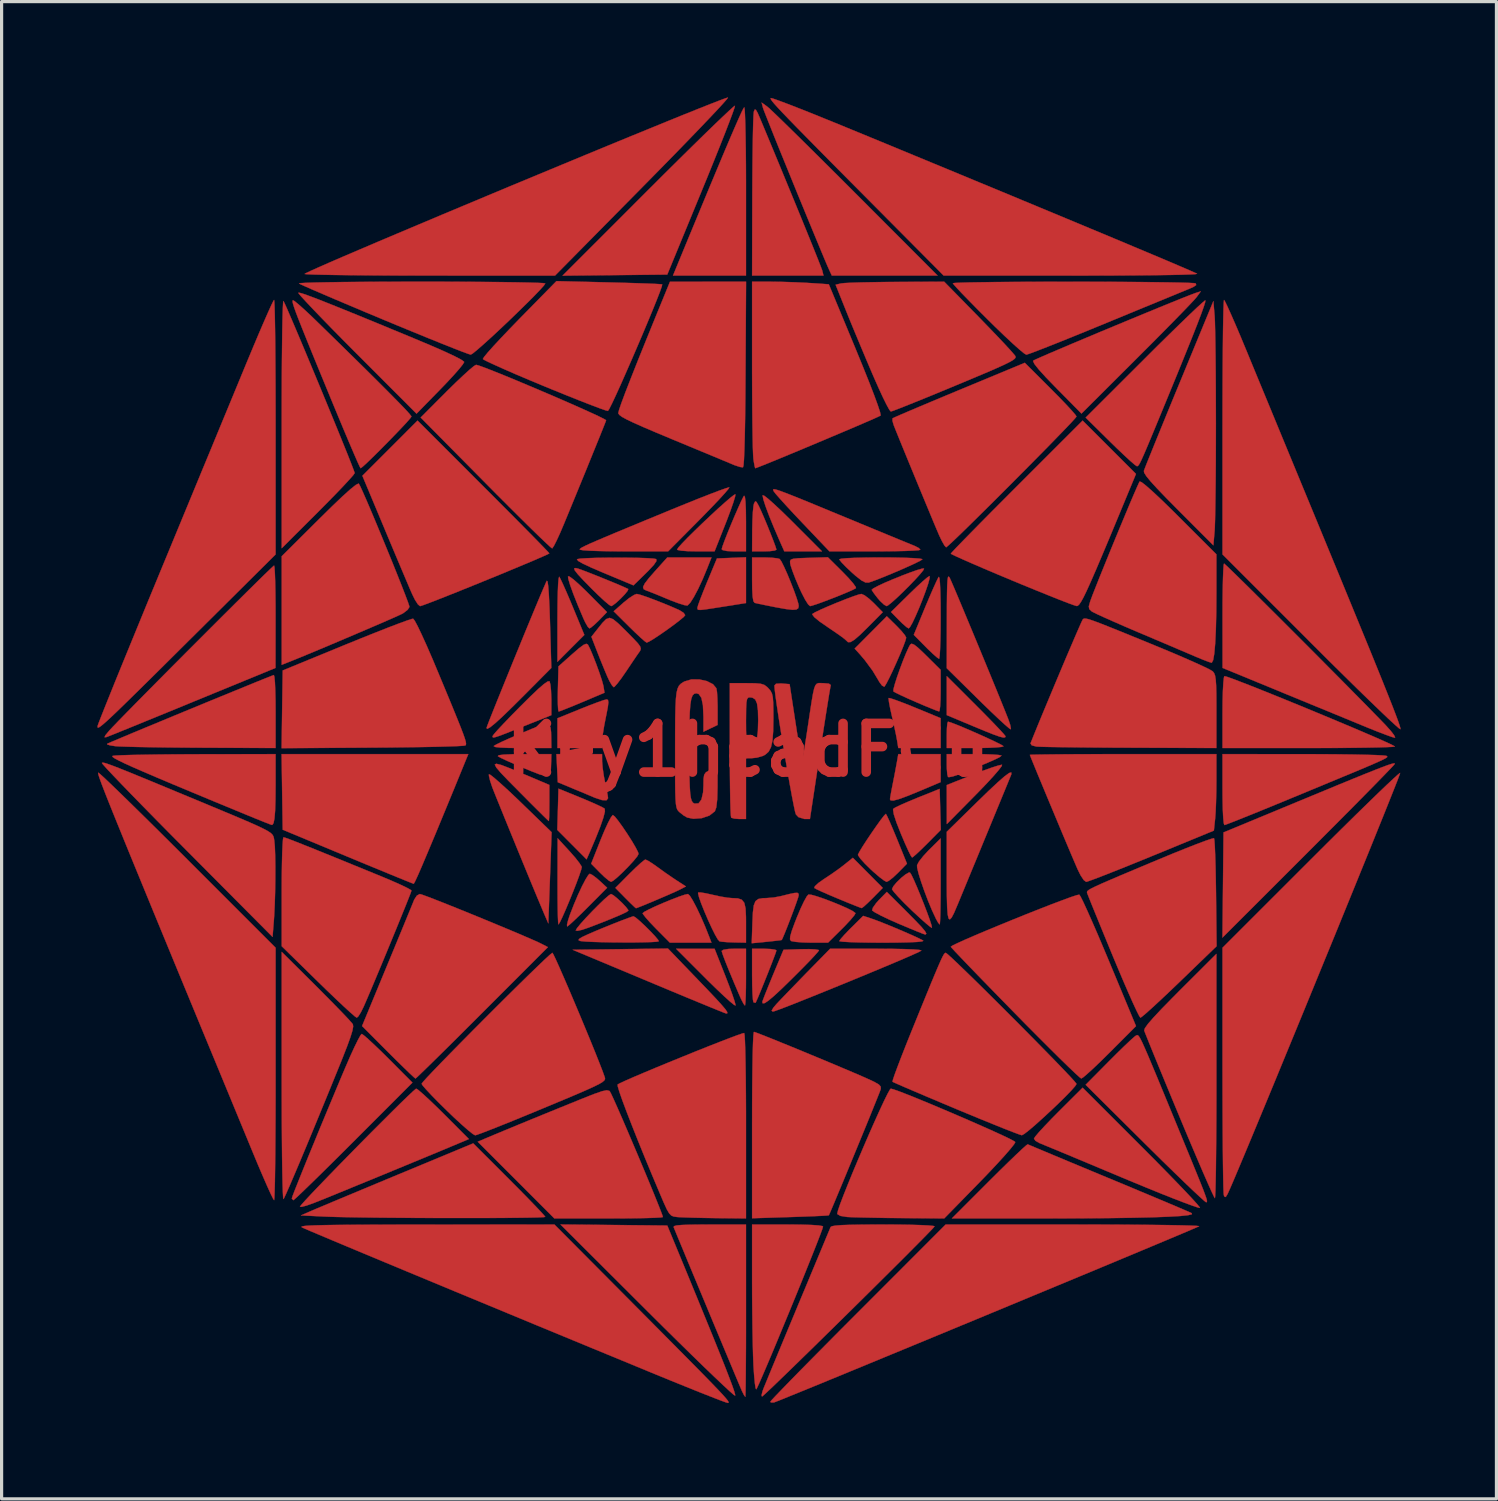
<source format=kicad_pcb>
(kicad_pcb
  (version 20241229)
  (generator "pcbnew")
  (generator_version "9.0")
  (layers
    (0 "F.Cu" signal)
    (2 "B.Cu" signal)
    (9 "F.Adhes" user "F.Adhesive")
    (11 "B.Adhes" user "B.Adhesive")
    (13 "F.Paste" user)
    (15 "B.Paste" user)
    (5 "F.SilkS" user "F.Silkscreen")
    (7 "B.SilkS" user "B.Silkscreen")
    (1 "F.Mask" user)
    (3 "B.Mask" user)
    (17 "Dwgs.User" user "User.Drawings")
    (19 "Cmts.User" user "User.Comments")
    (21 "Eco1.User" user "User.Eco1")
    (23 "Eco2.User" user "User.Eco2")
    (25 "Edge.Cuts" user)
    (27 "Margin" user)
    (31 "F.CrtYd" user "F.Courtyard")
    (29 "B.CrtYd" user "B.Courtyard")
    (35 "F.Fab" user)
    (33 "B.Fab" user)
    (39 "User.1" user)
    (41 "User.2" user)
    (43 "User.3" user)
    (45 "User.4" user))
  (footprint "Key1headFCu"
    (layer "F.Cu")
    (at 20.377 20.44)
    (property "Reference" "Key1headFCu" (at 0 0 0) (layer "F.Cu") (effects (font (size 1.524 1.524) (thickness 0.3))))
    (attr through_hole)
    (fp_poly (pts (xy -5.912 -5.426) (xy -5.869 -5.349) (xy -5.788 -5.176) (xy -5.679 -4.93) (xy -5.552 -4.633) (xy -5.491 -4.486) (xy -5.127 -3.606) (xy -5.548 -3.185) (xy -5.969 -2.763) (xy -5.969 -4.125) (xy -5.966 -4.557) (xy -5.959 -4.916) (xy -5.948 -5.19) (xy -5.933 -5.364) (xy -5.916 -5.428) (xy -5.912 -5.426)) (stroke (width 0.01) (type solid)) (fill yes) (layer "F.Cu"))
    (fp_poly (pts (xy -5.244 1.491) (xy -4.966 1.608) (xy -4.73 1.712) (xy -4.562 1.792) (xy -4.489 1.836) (xy -4.483 1.925) (xy -4.531 2.117) (xy -4.629 2.402) (xy -4.775 2.77) (xy -4.953 3.188) (xy -5.057 3.423) (xy -5.515 2.962) (xy -5.974 2.501) (xy -5.955 1.855) (xy -5.937 1.209) (xy -5.244 1.491)) (stroke (width 0.01) (type solid)) (fill yes) (layer "F.Cu"))
    (fp_poly (pts (xy -1.65 6.224) (xy -1.048 6.224) (xy -0.709 7.08) (xy -0.59 7.389) (xy -0.492 7.657) (xy -0.423 7.863) (xy -0.392 7.982) (xy -0.392 8.001) (xy -0.44 7.978) (xy -0.565 7.876) (xy -0.751 7.708) (xy -0.985 7.486) (xy -1.255 7.223) (xy -1.333 7.144) (xy -2.253 6.223) (xy -1.65 6.224)) (stroke (width 0.01) (type solid)) (fill yes) (layer "F.Cu"))
    (fp_poly (pts (xy 0.506 -7.965) (xy 0.63 -7.869) (xy 0.818 -7.702) (xy 1.059 -7.476) (xy 1.34 -7.201) (xy 1.396 -7.145) (xy 2.316 -6.223) (xy 1.136 -6.223) (xy 0.974 -6.588) (xy 0.804 -6.983) (xy 0.66 -7.336) (xy 0.55 -7.63) (xy 0.48 -7.847) (xy 0.456 -7.97) (xy 0.457 -7.98) (xy 0.506 -7.965)) (stroke (width 0.01) (type solid)) (fill yes) (layer "F.Cu"))
    (fp_poly (pts (xy 7.144 -1.397) (xy 7.421 -1.118) (xy 7.665 -0.868) (xy 7.862 -0.662) (xy 7.999 -0.513) (xy 8.062 -0.436) (xy 8.065 -0.429) (xy 8.049 -0.397) (xy 7.993 -0.392) (xy 7.88 -0.42) (xy 7.696 -0.485) (xy 7.426 -0.592) (xy 7.064 -0.742) (xy 6.223 -1.094) (xy 6.223 -2.316) (xy 7.144 -1.397)) (stroke (width 0.01) (type solid)) (fill yes) (layer "F.Cu"))
    (fp_poly (pts (xy 7.956 0.462) (xy 7.937 0.512) (xy 7.839 0.639) (xy 7.676 0.827) (xy 7.458 1.063) (xy 7.198 1.333) (xy 7.129 1.403) (xy 6.225 2.318) (xy 6.224 1.707) (xy 6.223 1.096) (xy 7.051 0.766) (xy 7.355 0.648) (xy 7.621 0.553) (xy 7.824 0.488) (xy 7.94 0.461) (xy 7.956 0.462)) (stroke (width 0.01) (type solid)) (fill yes) (layer "F.Cu"))
    (fp_poly (pts (xy 6.032 1.004) (xy 5.341 1.296) (xy 4.98 1.443) (xy 4.722 1.537) (xy 4.554 1.581) (xy 4.466 1.576) (xy 4.445 1.54) (xy 4.457 1.458) (xy 4.487 1.288) (xy 4.531 1.064) (xy 4.534 1.048) (xy 4.586 0.784) (xy 4.633 0.533) (xy 4.664 0.365) (xy 4.705 0.127) (xy 6.032 0.127) (xy 6.032 1.004)) (stroke (width 0.01) (type solid)) (fill yes) (layer "F.Cu"))
    (fp_poly (pts (xy -0.064 -4.604) (xy -0.778 -4.491) (xy -1.109 -4.439) (xy -1.335 -4.405) (xy -1.476 -4.389) (xy -1.551 -4.391) (xy -1.581 -4.408) (xy -1.586 -4.442) (xy -1.585 -4.461) (xy -1.561 -4.547) (xy -1.496 -4.725) (xy -1.401 -4.969) (xy -1.286 -5.253) (xy -1.278 -5.271) (xy -0.974 -6.001) (xy -0.519 -6.019) (xy -0.064 -6.038) (xy -0.064 -4.604)) (stroke (width 0.01) (type solid)) (fill yes) (layer "F.Cu"))
    (fp_poly (pts (xy 4.469 -1.618) (xy 4.63 -1.564) (xy 4.862 -1.477) (xy 5.146 -1.364) (xy 5.232 -1.329) (xy 6.032 -0.999) (xy 6.032 -0.064) (xy 4.705 -0.064) (xy 4.667 -0.302) (xy 4.634 -0.477) (xy 4.581 -0.727) (xy 4.518 -1.006) (xy 4.503 -1.072) (xy 4.449 -1.314) (xy 4.413 -1.506) (xy 4.401 -1.616) (xy 4.404 -1.631) (xy 4.469 -1.618)) (stroke (width 0.01) (type solid)) (fill yes) (layer "F.Cu"))
    (fp_poly (pts (xy -6.166 0.365) (xy -6.173 0.58) (xy -6.195 0.723) (xy -6.248 0.798) (xy -6.352 0.81) (xy -6.526 0.763) (xy -6.786 0.662) (xy -7.014 0.568) (xy -7.304 0.445) (xy -7.554 0.334) (xy -7.738 0.247) (xy -7.832 0.194) (xy -7.836 0.19) (xy -7.806 0.162) (xy -7.649 0.142) (xy -7.366 0.13) (xy -7.029 0.127) (xy -6.16 0.127) (xy -6.166 0.365)) (stroke (width 0.01) (type solid)) (fill yes) (layer "F.Cu"))
    (fp_poly (pts (xy -5.59 -5.433) (xy -5.467 -5.343) (xy -5.284 -5.181) (xy -5.052 -4.958) (xy -5.019 -4.924) (xy -4.418 -4.32) (xy -4.666 -4.065) (xy -4.812 -3.925) (xy -4.925 -3.832) (xy -4.968 -3.81) (xy -5.021 -3.863) (xy -5.099 -4) (xy -5.152 -4.112) (xy -5.329 -4.531) (xy -5.471 -4.888) (xy -5.572 -5.168) (xy -5.629 -5.36) (xy -5.639 -5.44) (xy -5.59 -5.433)) (stroke (width 0.01) (type solid)) (fill yes) (layer "F.Cu"))
    (fp_poly (pts (xy -4.386 -1.568) (xy -4.374 -1.495) (xy -4.391 -1.348) (xy -4.438 -1.103) (xy -4.453 -1.032) (xy -4.507 -0.754) (xy -4.548 -0.499) (xy -4.569 -0.311) (xy -4.571 -0.27) (xy -4.572 -0.064) (xy -5.969 -0.064) (xy -5.969 -0.995) (xy -5.241 -1.291) (xy -4.954 -1.405) (xy -4.705 -1.499) (xy -4.521 -1.563) (xy -4.426 -1.587) (xy -4.424 -1.587) (xy -4.386 -1.568)) (stroke (width 0.01) (type solid)) (fill yes) (layer "F.Cu"))
    (fp_poly (pts (xy -6.233 -0.788) (xy -6.185 -0.706) (xy -6.168 -0.559) (xy -6.164 -0.365) (xy -6.16 -0.064) (xy -7.093 -0.064) (xy -7.488 -0.067) (xy -7.761 -0.078) (xy -7.918 -0.096) (xy -7.965 -0.122) (xy -7.96 -0.13) (xy -7.88 -0.177) (xy -7.706 -0.262) (xy -7.46 -0.373) (xy -7.168 -0.499) (xy -7.074 -0.539) (xy -6.731 -0.681) (xy -6.488 -0.772) (xy -6.328 -0.809) (xy -6.233 -0.788)) (stroke (width 0.01) (type solid)) (fill yes) (layer "F.Cu"))
    (fp_poly (pts (xy -4.873 3.914) (xy -4.738 4.016) (xy -4.65 4.093) (xy -4.413 4.312) (xy -5.015 4.918) (xy -5.24 5.141) (xy -5.434 5.327) (xy -5.579 5.46) (xy -5.658 5.522) (xy -5.665 5.524) (xy -5.67 5.471) (xy -5.636 5.331) (xy -5.579 5.159) (xy -5.455 4.84) (xy -5.325 4.533) (xy -5.198 4.261) (xy -5.086 4.047) (xy -5 3.911) (xy -4.956 3.873) (xy -4.873 3.914)) (stroke (width 0.01) (type solid)) (fill yes) (layer "F.Cu"))
    (fp_poly (pts (xy -1.573 7.188) (xy -1.243 7.532) (xy -0.994 7.796) (xy -0.819 7.989) (xy -0.708 8.121) (xy -0.654 8.203) (xy -0.648 8.243) (xy -0.682 8.251) (xy -0.683 8.251) (xy -0.75 8.227) (xy -0.921 8.158) (xy -1.185 8.051) (xy -1.527 7.91) (xy -1.937 7.741) (xy -2.4 7.548) (xy -2.904 7.338) (xy -3.111 7.251) (xy -5.493 6.255) (xy -2.508 6.216) (xy -1.573 7.188)) (stroke (width 0.01) (type solid)) (fill yes) (layer "F.Cu"))
    (fp_poly (pts (xy -0.099 -7.932) (xy -0.08 -7.779) (xy -0.068 -7.512) (xy -0.064 -7.14) (xy -0.064 -7.125) (xy -0.064 -6.223) (xy -0.445 -6.223) (xy -0.661 -6.233) (xy -0.795 -6.262) (xy -0.826 -6.29) (xy -0.801 -6.378) (xy -0.737 -6.555) (xy -0.644 -6.792) (xy -0.533 -7.064) (xy -0.416 -7.341) (xy -0.304 -7.597) (xy -0.21 -7.805) (xy -0.144 -7.936) (xy -0.124 -7.966) (xy -0.099 -7.932)) (stroke (width 0.01) (type solid)) (fill yes) (layer "F.Cu"))
    (fp_poly (pts (xy -0.064 7.112) (xy -0.066 7.432) (xy -0.072 7.7) (xy -0.081 7.895) (xy -0.093 7.993) (xy -0.098 8.001) (xy -0.14 7.948) (xy -0.211 7.812) (xy -0.262 7.699) (xy -0.437 7.289) (xy -0.587 6.929) (xy -0.706 6.634) (xy -0.787 6.42) (xy -0.824 6.303) (xy -0.826 6.29) (xy -0.766 6.252) (xy -0.607 6.228) (xy -0.445 6.223) (xy -0.064 6.223) (xy -0.064 7.112)) (stroke (width 0.01) (type solid)) (fill yes) (layer "F.Cu"))
    (fp_poly (pts (xy 5.686 -5.448) (xy 5.684 -5.371) (xy 5.64 -5.207) (xy 5.563 -4.98) (xy 5.465 -4.718) (xy 5.357 -4.448) (xy 5.247 -4.195) (xy 5.149 -3.987) (xy 5.071 -3.85) (xy 5.03 -3.81) (xy 4.961 -3.852) (xy 4.836 -3.961) (xy 4.728 -4.067) (xy 4.477 -4.324) (xy 5.065 -4.902) (xy 5.286 -5.115) (xy 5.475 -5.288) (xy 5.612 -5.404) (xy 5.682 -5.449) (xy 5.686 -5.448)) (stroke (width 0.01) (type solid)) (fill yes) (layer "F.Cu"))
    (fp_poly (pts (xy 7.394 0.13) (xy 7.656 0.139) (xy 7.843 0.153) (xy 7.933 0.17) (xy 7.938 0.175) (xy 7.891 0.215) (xy 7.747 0.288) (xy 7.501 0.397) (xy 7.148 0.544) (xy 6.681 0.731) (xy 6.595 0.765) (xy 6.419 0.825) (xy 6.294 0.849) (xy 6.262 0.843) (xy 6.24 0.763) (xy 6.226 0.598) (xy 6.223 0.466) (xy 6.223 0.127) (xy 7.08 0.127) (xy 7.394 0.13)) (stroke (width 0.01) (type solid)) (fill yes) (layer "F.Cu"))
    (fp_poly (pts (xy -5.286 0.127) (xy -4.572 0.127) (xy -4.57 0.365) (xy -4.554 0.556) (xy -4.517 0.809) (xy -4.477 1.016) (xy -4.43 1.239) (xy -4.396 1.418) (xy -4.384 1.508) (xy -4.432 1.573) (xy -4.574 1.567) (xy -4.798 1.493) (xy -4.826 1.481) (xy -4.996 1.409) (xy -5.234 1.309) (xy -5.49 1.203) (xy -5.504 1.197) (xy -5.959 1.008) (xy -5.98 0.568) (xy -6.001 0.127) (xy -5.286 0.127)) (stroke (width 0.01) (type solid)) (fill yes) (layer "F.Cu"))
    (fp_poly (pts (xy -0.425 -20.114) (xy -0.484 -19.944) (xy -0.583 -19.68) (xy -0.716 -19.335) (xy -0.88 -18.92) (xy -1.069 -18.449) (xy -1.279 -17.931) (xy -1.45 -17.515) (xy -2.53 -14.891) (xy -5.81 -14.857) (xy -3.13 -17.538) (xy -2.648 -18.019) (xy -2.192 -18.471) (xy -1.771 -18.886) (xy -1.393 -19.257) (xy -1.064 -19.576) (xy -0.793 -19.835) (xy -0.589 -20.027) (xy -0.458 -20.145) (xy -0.41 -20.179) (xy -0.425 -20.114)) (stroke (width 0.01) (type solid)) (fill yes) (layer "F.Cu"))
    (fp_poly (pts (xy 0.265 -7.771) (xy 0.333 -7.651) (xy 0.401 -7.507) (xy 0.493 -7.296) (xy 0.597 -7.048) (xy 0.7 -6.793) (xy 0.791 -6.56) (xy 0.858 -6.379) (xy 0.888 -6.281) (xy 0.889 -6.274) (xy 0.831 -6.247) (xy 0.681 -6.229) (xy 0.508 -6.223) (xy 0.127 -6.223) (xy 0.131 -6.906) (xy 0.138 -7.2) (xy 0.151 -7.456) (xy 0.17 -7.642) (xy 0.185 -7.715) (xy 0.224 -7.79) (xy 0.265 -7.771)) (stroke (width 0.01) (type solid)) (fill yes) (layer "F.Cu"))
    (fp_poly (pts (xy 6.347 -0.865) (xy 6.518 -0.8) (xy 6.748 -0.705) (xy 7.014 -0.591) (xy 7.29 -0.469) (xy 7.551 -0.35) (xy 7.773 -0.245) (xy 7.931 -0.165) (xy 8 -0.121) (xy 8.001 -0.118) (xy 7.941 -0.099) (xy 7.777 -0.082) (xy 7.532 -0.07) (xy 7.227 -0.064) (xy 7.112 -0.064) (xy 6.223 -0.064) (xy 6.223 -0.476) (xy 6.228 -0.686) (xy 6.242 -0.835) (xy 6.261 -0.889) (xy 6.347 -0.865)) (stroke (width 0.01) (type solid)) (fill yes) (layer "F.Cu"))
    (fp_poly (pts (xy -8.846 0.333) (xy -9.203 1.206) (xy -9.518 1.97) (xy -9.788 2.623) (xy -10.015 3.164) (xy -10.196 3.592) (xy -10.332 3.906) (xy -10.423 4.104) (xy -10.467 4.186) (xy -10.47 4.188) (xy -10.536 4.164) (xy -10.705 4.096) (xy -10.964 3.991) (xy -11.3 3.853) (xy -11.698 3.689) (xy -12.144 3.505) (xy -12.541 3.34) (xy -14.573 2.495) (xy -14.591 1.311) (xy -14.608 0.127) (xy -8.761 0.127) (xy -8.846 0.333)) (stroke (width 0.01) (type solid)) (fill yes) (layer "F.Cu"))
    (fp_poly (pts (xy -7.734 0.466) (xy -7.485 0.561) (xy -7.133 0.707) (xy -6.988 0.768) (xy -6.223 1.092) (xy -6.223 1.657) (xy -6.225 1.907) (xy -6.229 2.101) (xy -6.236 2.209) (xy -6.24 2.223) (xy -6.287 2.18) (xy -6.411 2.06) (xy -6.596 1.876) (xy -6.831 1.642) (xy -7.1 1.371) (xy -7.176 1.294) (xy -7.504 0.963) (xy -7.741 0.716) (xy -7.884 0.548) (xy -7.932 0.454) (xy -7.883 0.429) (xy -7.734 0.466)) (stroke (width 0.01) (type solid)) (fill yes) (layer "F.Cu"))
    (fp_poly (pts (xy -1.822 4.564) (xy -1.727 4.717) (xy -1.607 4.945) (xy -1.474 5.226) (xy -1.338 5.541) (xy -1.212 5.858) (xy -1.146 6.032) (xy -2.448 6.032) (xy -2.875 5.602) (xy -3.06 5.41) (xy -3.204 5.248) (xy -3.288 5.139) (xy -3.302 5.11) (xy -3.247 5.065) (xy -3.101 4.988) (xy -2.892 4.89) (xy -2.648 4.784) (xy -2.397 4.681) (xy -2.167 4.592) (xy -1.985 4.531) (xy -1.882 4.508) (xy -1.822 4.564)) (stroke (width 0.01) (type solid)) (fill yes) (layer "F.Cu"))
    (fp_poly (pts (xy 0.709 6.231) (xy 0.847 6.251) (xy 0.889 6.275) (xy 0.867 6.348) (xy 0.806 6.511) (xy 0.719 6.738) (xy 0.616 7) (xy 0.507 7.272) (xy 0.403 7.527) (xy 0.316 7.737) (xy 0.255 7.875) (xy 0.234 7.916) (xy 0.178 7.903) (xy 0.169 7.895) (xy 0.153 7.819) (xy 0.14 7.641) (xy 0.131 7.387) (xy 0.127 7.083) (xy 0.127 7.038) (xy 0.127 6.223) (xy 0.508 6.223) (xy 0.709 6.231)) (stroke (width 0.01) (type solid)) (fill yes) (layer "F.Cu"))
    (fp_poly (pts (xy 4.967 5.062) (xy 5.24 5.338) (xy 5.429 5.537) (xy 5.54 5.669) (xy 5.583 5.745) (xy 5.565 5.774) (xy 5.54 5.774) (xy 5.467 5.749) (xy 5.301 5.683) (xy 5.063 5.585) (xy 4.778 5.465) (xy 4.701 5.433) (xy 4.409 5.303) (xy 4.162 5.185) (xy 3.981 5.089) (xy 3.891 5.027) (xy 3.885 5.018) (xy 3.911 4.934) (xy 4.008 4.798) (xy 4.102 4.692) (xy 4.346 4.443) (xy 4.967 5.062)) (stroke (width 0.01) (type solid)) (fill yes) (layer "F.Cu"))
    (fp_poly (pts (xy 6.019 1.858) (xy 6.037 2.5) (xy 5.608 2.933) (xy 5.419 3.119) (xy 5.264 3.265) (xy 5.162 3.351) (xy 5.137 3.365) (xy 5.098 3.31) (xy 5.023 3.16) (xy 4.921 2.936) (xy 4.804 2.661) (xy 4.792 2.633) (xy 4.647 2.266) (xy 4.564 2.011) (xy 4.541 1.866) (xy 4.552 1.836) (xy 4.633 1.788) (xy 4.807 1.706) (xy 5.047 1.602) (xy 5.308 1.494) (xy 6.001 1.215) (xy 6.019 1.858)) (stroke (width 0.01) (type solid)) (fill yes) (layer "F.Cu"))
    (fp_poly (pts (xy -5.585 3.174) (xy -5.415 3.367) (xy -5.285 3.533) (xy -5.214 3.643) (xy -5.207 3.667) (xy -5.23 3.761) (xy -5.29 3.94) (xy -5.379 4.179) (xy -5.486 4.452) (xy -5.601 4.734) (xy -5.713 5.001) (xy -5.813 5.227) (xy -5.891 5.389) (xy -5.935 5.46) (xy -5.938 5.461) (xy -5.947 5.401) (xy -5.955 5.232) (xy -5.961 4.973) (xy -5.965 4.642) (xy -5.966 4.258) (xy -5.966 4.112) (xy -5.963 2.762) (xy -5.585 3.174)) (stroke (width 0.01) (type solid)) (fill yes) (layer "F.Cu"))
    (fp_poly (pts (xy -3.749 -6.024) (xy -3.429 -6.019) (xy -3.16 -6.01) (xy -2.967 -5.998) (xy -2.876 -5.981) (xy -2.875 -5.981) (xy -2.868 -5.92) (xy -2.953 -5.796) (xy -3.134 -5.602) (xy -3.192 -5.545) (xy -3.588 -5.158) (xy -4.522 -5.548) (xy -4.902 -5.711) (xy -5.165 -5.834) (xy -5.317 -5.92) (xy -5.359 -5.97) (xy -5.347 -5.98) (xy -5.244 -5.997) (xy -5.042 -6.009) (xy -4.767 -6.019) (xy -4.443 -6.024) (xy -4.095 -6.026) (xy -3.749 -6.024)) (stroke (width 0.01) (type solid)) (fill yes) (layer "F.Cu"))
    (fp_poly (pts (xy -1.276 -5.699) (xy -1.419 -5.355) (xy -1.563 -5.045) (xy -1.698 -4.791) (xy -1.812 -4.612) (xy -1.895 -4.528) (xy -1.905 -4.525) (xy -2.003 -4.541) (xy -2.185 -4.599) (xy -2.42 -4.687) (xy -2.54 -4.737) (xy -2.792 -4.842) (xy -3.008 -4.929) (xy -3.156 -4.986) (xy -3.191 -4.998) (xy -3.27 -5.039) (xy -3.288 -5.106) (xy -3.235 -5.216) (xy -3.106 -5.384) (xy -2.914 -5.604) (xy -2.529 -6.032) (xy -1.145 -6.032) (xy -1.276 -5.699)) (stroke (width 0.01) (type solid)) (fill yes) (layer "F.Cu"))
    (fp_poly (pts (xy -0.408 -7.926) (xy -0.462 -7.75) (xy -0.549 -7.501) (xy -0.66 -7.205) (xy -0.709 -7.08) (xy -1.048 -6.224) (xy -1.635 -6.224) (xy -1.891 -6.229) (xy -2.09 -6.244) (xy -2.205 -6.266) (xy -2.223 -6.279) (xy -2.18 -6.345) (xy -2.063 -6.475) (xy -1.888 -6.656) (xy -1.671 -6.87) (xy -1.43 -7.103) (xy -1.181 -7.338) (xy -0.941 -7.561) (xy -0.725 -7.754) (xy -0.551 -7.904) (xy -0.435 -7.993) (xy -0.394 -8.009) (xy -0.408 -7.926)) (stroke (width 0.01) (type solid)) (fill yes) (layer "F.Cu"))
    (fp_poly (pts (xy -0.106 -20.068) (xy -0.096 -19.893) (xy -0.086 -19.617) (xy -0.078 -19.254) (xy -0.071 -18.817) (xy -0.066 -18.319) (xy -0.064 -17.772) (xy -0.064 -17.494) (xy -0.064 -14.859) (xy -2.351 -14.859) (xy -2.266 -15.065) (xy -1.87 -16.026) (xy -1.519 -16.873) (xy -1.213 -17.611) (xy -0.948 -18.245) (xy -0.724 -18.779) (xy -0.538 -19.217) (xy -0.388 -19.564) (xy -0.273 -19.825) (xy -0.191 -20.003) (xy -0.139 -20.103) (xy -0.118 -20.13) (xy -0.106 -20.068)) (stroke (width 0.01) (type solid)) (fill yes) (layer "F.Cu"))
    (fp_poly (pts (xy 2.105 6.243) (xy 2.211 6.261) (xy 2.223 6.271) (xy 2.179 6.331) (xy 2.06 6.464) (xy 1.878 6.656) (xy 1.648 6.89) (xy 1.407 7.131) (xy 1.076 7.455) (xy 0.823 7.691) (xy 0.641 7.845) (xy 0.523 7.924) (xy 0.46 7.933) (xy 0.446 7.89) (xy 0.47 7.817) (xy 0.534 7.65) (xy 0.63 7.412) (xy 0.747 7.126) (xy 0.779 7.048) (xy 1.111 6.255) (xy 1.667 6.236) (xy 1.915 6.234) (xy 2.105 6.243)) (stroke (width 0.01) (type solid)) (fill yes) (layer "F.Cu"))
    (fp_poly (pts (xy 4.65 -3.891) (xy 4.804 -3.73) (xy 4.913 -3.596) (xy 4.953 -3.521) (xy 4.928 -3.425) (xy 4.862 -3.247) (xy 4.767 -3.015) (xy 4.654 -2.756) (xy 4.537 -2.497) (xy 4.426 -2.265) (xy 4.335 -2.088) (xy 4.276 -1.992) (xy 4.265 -1.983) (xy 4.196 -2.019) (xy 4.109 -2.136) (xy 4.09 -2.171) (xy 3.902 -2.484) (xy 3.657 -2.816) (xy 3.499 -3.002) (xy 3.339 -3.178) (xy 3.843 -3.684) (xy 4.346 -4.19) (xy 4.65 -3.891)) (stroke (width 0.01) (type solid)) (fill yes) (layer "F.Cu"))
    (fp_poly (pts (xy 5.994 -5.386) (xy 6.01 -5.23) (xy 6.022 -4.969) (xy 6.03 -4.612) (xy 6.032 -4.172) (xy 6.03 -3.779) (xy 6.024 -3.433) (xy 6.014 -3.152) (xy 6.002 -2.956) (xy 5.987 -2.863) (xy 5.983 -2.857) (xy 5.918 -2.9) (xy 5.79 -3.012) (xy 5.621 -3.173) (xy 5.562 -3.233) (xy 5.191 -3.608) (xy 5.553 -4.487) (xy 5.685 -4.799) (xy 5.803 -5.071) (xy 5.898 -5.28) (xy 5.96 -5.404) (xy 5.974 -5.426) (xy 5.994 -5.386)) (stroke (width 0.01) (type solid)) (fill yes) (layer "F.Cu"))
    (fp_poly (pts (xy 6.032 4.114) (xy 6.031 4.512) (xy 6.027 4.863) (xy 6.022 5.15) (xy 6.014 5.353) (xy 6.006 5.453) (xy 6.002 5.461) (xy 5.956 5.411) (xy 5.887 5.289) (xy 5.886 5.286) (xy 5.763 5.022) (xy 5.638 4.722) (xy 5.52 4.411) (xy 5.417 4.116) (xy 5.339 3.864) (xy 5.296 3.681) (xy 5.293 3.604) (xy 5.354 3.491) (xy 5.483 3.326) (xy 5.653 3.141) (xy 5.681 3.114) (xy 6.032 2.767) (xy 6.032 4.114)) (stroke (width 0.01) (type solid)) (fill yes) (layer "F.Cu"))
    (fp_poly (pts (xy 3.75 3.845) (xy 4.219 4.317) (xy 3.906 4.635) (xy 3.746 4.792) (xy 3.623 4.904) (xy 3.56 4.949) (xy 3.558 4.949) (xy 3.49 4.925) (xy 3.328 4.862) (xy 3.097 4.769) (xy 2.826 4.657) (xy 2.548 4.54) (xy 2.313 4.437) (xy 2.146 4.359) (xy 2.073 4.318) (xy 2.095 4.262) (xy 2.204 4.162) (xy 2.376 4.04) (xy 2.391 4.031) (xy 2.631 3.871) (xy 2.871 3.7) (xy 3.022 3.584) (xy 3.282 3.374) (xy 3.75 3.845)) (stroke (width 0.01) (type solid)) (fill yes) (layer "F.Cu"))
    (fp_poly (pts (xy -5.017 -3.305) (xy -5.013 -3.299) (xy -4.946 -3.167) (xy -4.855 -2.951) (xy -4.753 -2.69) (xy -4.656 -2.422) (xy -4.577 -2.185) (xy -4.531 -2.016) (xy -4.527 -1.995) (xy -4.495 -1.796) (xy -5.193 -1.501) (xy -5.468 -1.386) (xy -5.699 -1.293) (xy -5.862 -1.229) (xy -5.932 -1.206) (xy -5.947 -1.266) (xy -5.956 -1.426) (xy -5.959 -1.663) (xy -5.955 -1.914) (xy -5.937 -2.621) (xy -5.505 -3.006) (xy -5.292 -3.19) (xy -5.152 -3.294) (xy -5.066 -3.328) (xy -5.017 -3.305)) (stroke (width 0.01) (type solid)) (fill yes) (layer "F.Cu"))
    (fp_poly (pts (xy -4.213 4.55) (xy -4.086 4.654) (xy -3.944 4.787) (xy -3.821 4.917) (xy -3.752 5.011) (xy -3.747 5.028) (xy -3.806 5.072) (xy -3.978 5.154) (xy -4.259 5.273) (xy -4.641 5.425) (xy -5.001 5.563) (xy -5.199 5.63) (xy -5.342 5.661) (xy -5.397 5.65) (xy -5.397 5.649) (xy -5.355 5.576) (xy -5.242 5.438) (xy -5.08 5.258) (xy -4.891 5.059) (xy -4.696 4.862) (xy -4.518 4.689) (xy -4.377 4.565) (xy -4.296 4.509) (xy -4.29 4.508) (xy -4.213 4.55)) (stroke (width 0.01) (type solid)) (fill yes) (layer "F.Cu"))
    (fp_poly (pts (xy -4.201 14.874) (xy -2.529 14.891) (xy -1.926 16.351) (xy -1.594 17.158) (xy -1.309 17.855) (xy -1.067 18.448) (xy -0.868 18.942) (xy -0.707 19.346) (xy -0.584 19.665) (xy -0.494 19.905) (xy -0.436 20.073) (xy -0.407 20.176) (xy -0.403 20.219) (xy -0.452 20.188) (xy -0.582 20.074) (xy -0.786 19.885) (xy -1.056 19.629) (xy -1.385 19.313) (xy -1.764 18.944) (xy -2.186 18.53) (xy -2.643 18.079) (xy -3.128 17.597) (xy -3.152 17.573) (xy -5.874 14.858) (xy -4.201 14.874)) (stroke (width 0.01) (type solid)) (fill yes) (layer "F.Cu"))
    (fp_poly (pts (xy 5.486 -5.628) (xy 5.386 -5.506) (xy 5.234 -5.338) (xy 5.048 -5.145) (xy 4.85 -4.948) (xy 4.659 -4.765) (xy 4.496 -4.619) (xy 4.38 -4.528) (xy 4.34 -4.508) (xy 4.258 -4.554) (xy 4.135 -4.669) (xy 4.069 -4.745) (xy 3.955 -4.891) (xy 3.884 -4.995) (xy 3.873 -5.021) (xy 3.929 -5.067) (xy 4.078 -5.145) (xy 4.293 -5.245) (xy 4.55 -5.354) (xy 4.82 -5.463) (xy 5.078 -5.561) (xy 5.297 -5.638) (xy 5.451 -5.682) (xy 5.513 -5.685) (xy 5.486 -5.628)) (stroke (width 0.01) (type solid)) (fill yes) (layer "F.Cu"))
    (fp_poly (pts (xy 20.249 0.418) (xy 20.256 0.43) (xy 20.213 0.482) (xy 20.087 0.616) (xy 19.887 0.823) (xy 19.62 1.097) (xy 19.294 1.428) (xy 18.917 1.81) (xy 18.496 2.233) (xy 18.04 2.691) (xy 17.557 3.175) (xy 14.857 5.874) (xy 14.874 4.226) (xy 14.891 2.579) (xy 17.232 1.609) (xy 17.911 1.328) (xy 18.481 1.092) (xy 18.953 0.898) (xy 19.335 0.743) (xy 19.636 0.623) (xy 19.865 0.534) (xy 20.032 0.472) (xy 20.146 0.435) (xy 20.215 0.418) (xy 20.249 0.418)) (stroke (width 0.01) (type solid)) (fill yes) (layer "F.Cu"))
    (fp_poly (pts (xy -8.066 0.779) (xy -7.94 0.879) (xy -7.75 1.045) (xy -7.509 1.264) (xy -7.233 1.525) (xy -7.123 1.631) (xy -6.152 2.572) (xy -6.203 4) (xy -6.255 5.429) (xy -6.392 5.112) (xy -6.475 4.914) (xy -6.595 4.629) (xy -6.742 4.275) (xy -6.909 3.87) (xy -7.088 3.436) (xy -7.271 2.989) (xy -7.45 2.551) (xy -7.618 2.139) (xy -7.767 1.772) (xy -7.889 1.471) (xy -7.976 1.254) (xy -8.013 1.158) (xy -8.078 0.963) (xy -8.114 0.813) (xy -8.116 0.757) (xy -8.066 0.779)) (stroke (width 0.01) (type solid)) (fill yes) (layer "F.Cu"))
    (fp_poly (pts (xy -5.326 -5.683) (xy -5.204 -5.64) (xy -5.007 -5.565) (xy -4.761 -5.468) (xy -4.494 -5.36) (xy -4.232 -5.253) (xy -4.003 -5.157) (xy -3.835 -5.083) (xy -3.753 -5.044) (xy -3.751 -5.042) (xy -3.773 -4.985) (xy -3.862 -4.875) (xy -3.989 -4.743) (xy -4.123 -4.619) (xy -4.235 -4.532) (xy -4.286 -4.508) (xy -4.356 -4.551) (xy -4.494 -4.667) (xy -4.68 -4.839) (xy -4.892 -5.047) (xy -5.154 -5.314) (xy -5.33 -5.504) (xy -5.425 -5.625) (xy -5.447 -5.688) (xy -5.4 -5.7) (xy -5.326 -5.683)) (stroke (width 0.01) (type solid)) (fill yes) (layer "F.Cu"))
    (fp_poly (pts (xy -4.17 2.086) (xy -4.062 2.221) (xy -3.925 2.411) (xy -3.777 2.631) (xy -3.636 2.852) (xy -3.52 3.05) (xy -3.446 3.195) (xy -3.429 3.253) (xy -3.472 3.333) (xy -3.585 3.471) (xy -3.741 3.641) (xy -3.915 3.818) (xy -4.082 3.975) (xy -4.216 4.087) (xy -4.291 4.128) (xy -4.366 4.085) (xy -4.497 3.975) (xy -4.634 3.843) (xy -4.913 3.559) (xy -4.61 2.796) (xy -4.491 2.51) (xy -4.382 2.274) (xy -4.294 2.108) (xy -4.238 2.036) (xy -4.233 2.035) (xy -4.17 2.086)) (stroke (width 0.01) (type solid)) (fill yes) (layer "F.Cu"))
    (fp_poly (pts (xy 3.846 5.272) (xy 4.037 5.34) (xy 4.285 5.438) (xy 4.565 5.552) (xy 4.849 5.672) (xy 5.11 5.786) (xy 5.322 5.883) (xy 5.457 5.951) (xy 5.49 5.973) (xy 5.45 5.993) (xy 5.292 6.01) (xy 5.023 6.022) (xy 4.65 6.03) (xy 4.204 6.032) (xy 3.806 6.03) (xy 3.454 6.024) (xy 3.168 6.014) (xy 2.966 6.002) (xy 2.865 5.988) (xy 2.857 5.983) (xy 2.9 5.918) (xy 3.012 5.79) (xy 3.173 5.621) (xy 3.232 5.563) (xy 3.606 5.193) (xy 3.846 5.272)) (stroke (width 0.01) (type solid)) (fill yes) (layer "F.Cu"))
    (fp_poly (pts (xy -6.215 -2.149) (xy -6.189 -2.047) (xy -6.17 -1.857) (xy -6.161 -1.616) (xy -6.16 -1.578) (xy -6.16 -1.093) (xy -7.049 -0.737) (xy -7.403 -0.595) (xy -7.656 -0.495) (xy -7.826 -0.432) (xy -7.928 -0.4) (xy -7.98 -0.393) (xy -7.999 -0.407) (xy -8.001 -0.436) (xy -8.001 -0.437) (xy -7.958 -0.497) (xy -7.839 -0.633) (xy -7.657 -0.827) (xy -7.426 -1.068) (xy -7.16 -1.338) (xy -7.135 -1.363) (xy -6.813 -1.683) (xy -6.568 -1.916) (xy -6.393 -2.067) (xy -6.281 -2.145) (xy -6.222 -2.156) (xy -6.215 -2.149)) (stroke (width 0.01) (type solid)) (fill yes) (layer "F.Cu"))
    (fp_poly (pts (xy -3.386 -4.866) (xy -3.198 -4.804) (xy -2.952 -4.713) (xy -2.676 -4.605) (xy -2.399 -4.491) (xy -2.152 -4.382) (xy -2.143 -4.378) (xy -2.019 -4.299) (xy -1.968 -4.224) (xy -2.017 -4.166) (xy -2.147 -4.058) (xy -2.332 -3.916) (xy -2.546 -3.761) (xy -2.763 -3.61) (xy -2.958 -3.481) (xy -3.105 -3.394) (xy -3.174 -3.365) (xy -3.236 -3.408) (xy -3.366 -3.522) (xy -3.545 -3.69) (xy -3.715 -3.856) (xy -4.208 -4.346) (xy -3.9 -4.618) (xy -3.724 -4.759) (xy -3.572 -4.857) (xy -3.486 -4.889) (xy -3.386 -4.866)) (stroke (width 0.01) (type solid)) (fill yes) (layer "F.Cu"))
    (fp_poly (pts (xy -3.136 3.464) (xy -2.99 3.556) (xy -2.832 3.668) (xy -2.601 3.835) (xy -2.357 4.003) (xy -2.227 4.089) (xy -1.946 4.271) (xy -2.126 4.365) (xy -2.239 4.419) (xy -2.427 4.503) (xy -2.66 4.604) (xy -2.91 4.711) (xy -3.149 4.811) (xy -3.347 4.892) (xy -3.477 4.943) (xy -3.51 4.953) (xy -3.561 4.911) (xy -3.675 4.802) (xy -3.83 4.647) (xy -3.842 4.635) (xy -4.155 4.317) (xy -3.714 3.873) (xy -3.521 3.684) (xy -3.358 3.535) (xy -3.247 3.446) (xy -3.214 3.429) (xy -3.136 3.464)) (stroke (width 0.01) (type solid)) (fill yes) (layer "F.Cu"))
    (fp_poly (pts (xy -1.327 4.485) (xy -1.116 4.532) (xy -0.87 4.586) (xy -0.643 4.624) (xy -0.507 4.636) (xy -0.319 4.645) (xy -0.194 4.688) (xy -0.117 4.785) (xy -0.078 4.957) (xy -0.065 5.225) (xy -0.064 5.4) (xy -0.064 6.032) (xy -0.429 6.025) (xy -0.647 6.017) (xy -0.822 6.002) (xy -0.893 5.991) (xy -0.949 5.928) (xy -1.036 5.775) (xy -1.143 5.56) (xy -1.258 5.309) (xy -1.369 5.049) (xy -1.466 4.808) (xy -1.535 4.612) (xy -1.565 4.488) (xy -1.561 4.461) (xy -1.488 4.459) (xy -1.327 4.485)) (stroke (width 0.01) (type solid)) (fill yes) (layer "F.Cu"))
    (fp_poly (pts (xy 3.648 -4.847) (xy 3.796 -4.735) (xy 3.938 -4.603) (xy 4.218 -4.317) (xy 3.746 -3.841) (xy 3.504 -3.604) (xy 3.33 -3.454) (xy 3.21 -3.382) (xy 3.131 -3.379) (xy 3.081 -3.426) (xy 3.015 -3.485) (xy 2.867 -3.595) (xy 2.66 -3.738) (xy 2.5 -3.846) (xy 2.24 -4.026) (xy 2.075 -4.162) (xy 2.012 -4.246) (xy 2.016 -4.264) (xy 2.104 -4.317) (xy 2.282 -4.402) (xy 2.519 -4.506) (xy 2.786 -4.617) (xy 3.053 -4.723) (xy 3.29 -4.812) (xy 3.467 -4.871) (xy 3.55 -4.889) (xy 3.648 -4.847)) (stroke (width 0.01) (type solid)) (fill yes) (layer "F.Cu"))
    (fp_poly (pts (xy 5.07 3.835) (xy 5.115 3.905) (xy 5.192 4.065) (xy 5.29 4.29) (xy 5.399 4.554) (xy 5.51 4.832) (xy 5.611 5.097) (xy 5.694 5.325) (xy 5.746 5.489) (xy 5.759 5.565) (xy 5.758 5.566) (xy 5.704 5.536) (xy 5.577 5.432) (xy 5.394 5.27) (xy 5.174 5.066) (xy 5.118 5.013) (xy 4.892 4.792) (xy 4.704 4.597) (xy 4.571 4.448) (xy 4.51 4.363) (xy 4.508 4.355) (xy 4.551 4.265) (xy 4.657 4.139) (xy 4.795 4.005) (xy 4.933 3.894) (xy 5.038 3.835) (xy 5.07 3.835)) (stroke (width 0.01) (type solid)) (fill yes) (layer "F.Cu"))
    (fp_poly (pts (xy 0.246 -20.051) (xy 0.302 -19.952) (xy 0.39 -19.748) (xy 0.393 -19.741) (xy 0.679 -19.055) (xy 0.955 -18.389) (xy 1.217 -17.753) (xy 1.462 -17.159) (xy 1.685 -16.615) (xy 1.881 -16.134) (xy 2.047 -15.724) (xy 2.178 -15.397) (xy 2.27 -15.163) (xy 2.319 -15.032) (xy 2.325 -15.013) (xy 2.363 -14.859) (xy 0.127 -14.859) (xy 0.133 -17.351) (xy 0.136 -17.907) (xy 0.14 -18.428) (xy 0.146 -18.898) (xy 0.153 -19.304) (xy 0.161 -19.629) (xy 0.17 -19.861) (xy 0.18 -19.984) (xy 0.182 -19.995) (xy 0.21 -20.061) (xy 0.246 -20.051)) (stroke (width 0.01) (type solid)) (fill yes) (layer "F.Cu"))
    (fp_poly (pts (xy 0.524 -6.032) (xy 0.744 -6.024) (xy 0.915 -6.005) (xy 0.99 -5.984) (xy 1.045 -5.905) (xy 1.13 -5.735) (xy 1.233 -5.505) (xy 1.34 -5.245) (xy 1.442 -4.985) (xy 1.524 -4.753) (xy 1.576 -4.581) (xy 1.587 -4.513) (xy 1.572 -4.441) (xy 1.514 -4.401) (xy 1.394 -4.392) (xy 1.195 -4.415) (xy 0.897 -4.467) (xy 0.762 -4.494) (xy 0.522 -4.542) (xy 0.327 -4.582) (xy 0.214 -4.608) (xy 0.206 -4.61) (xy 0.168 -4.662) (xy 0.143 -4.805) (xy 0.13 -5.05) (xy 0.127 -5.332) (xy 0.127 -6.032) (xy 0.524 -6.032)) (stroke (width 0.01) (type solid)) (fill yes) (layer "F.Cu"))
    (fp_poly (pts (xy 1.58 4.496) (xy 1.587 4.543) (xy 1.566 4.625) (xy 1.508 4.795) (xy 1.426 5.021) (xy 1.33 5.275) (xy 1.233 5.526) (xy 1.146 5.743) (xy 1.081 5.896) (xy 1.055 5.948) (xy 0.993 5.959) (xy 0.837 5.977) (xy 0.618 6.001) (xy 0.581 6.004) (xy 0.115 6.05) (xy 0.137 5.404) (xy 0.152 5.081) (xy 0.18 4.864) (xy 0.233 4.732) (xy 0.322 4.664) (xy 0.459 4.639) (xy 0.572 4.636) (xy 0.798 4.618) (xy 1.016 4.578) (xy 1.284 4.511) (xy 1.451 4.476) (xy 1.543 4.471) (xy 1.58 4.496)) (stroke (width 0.01) (type solid)) (fill yes) (layer "F.Cu"))
    (fp_poly (pts (xy 4.353 2.064) (xy 4.427 2.223) (xy 4.527 2.456) (xy 4.644 2.737) (xy 4.666 2.79) (xy 4.977 3.558) (xy 4.698 3.843) (xy 4.54 3.992) (xy 4.407 4.095) (xy 4.339 4.128) (xy 4.26 4.086) (xy 4.115 3.977) (xy 3.93 3.818) (xy 3.841 3.737) (xy 3.658 3.556) (xy 3.52 3.403) (xy 3.448 3.3) (xy 3.442 3.276) (xy 3.487 3.186) (xy 3.583 3.027) (xy 3.715 2.823) (xy 3.865 2.6) (xy 4.016 2.382) (xy 4.152 2.192) (xy 4.257 2.057) (xy 4.313 1.999) (xy 4.316 1.999) (xy 4.353 2.064)) (stroke (width 0.01) (type solid)) (fill yes) (layer "F.Cu"))
    (fp_poly (pts (xy 5.198 -3.303) (xy 5.32 -3.208) (xy 5.505 -3.034) (xy 5.586 -2.954) (xy 6.032 -2.512) (xy 6.032 -1.859) (xy 6.028 -1.589) (xy 6.017 -1.374) (xy 6 -1.24) (xy 5.985 -1.209) (xy 5.911 -1.233) (xy 5.746 -1.299) (xy 5.514 -1.394) (xy 5.271 -1.498) (xy 5 -1.617) (xy 4.773 -1.722) (xy 4.614 -1.8) (xy 4.551 -1.838) (xy 4.555 -1.91) (xy 4.598 -2.071) (xy 4.669 -2.293) (xy 4.759 -2.548) (xy 4.856 -2.807) (xy 4.952 -3.042) (xy 5.036 -3.225) (xy 5.078 -3.302) (xy 5.122 -3.331) (xy 5.198 -3.303)) (stroke (width 0.01) (type solid)) (fill yes) (layer "F.Cu"))
    (fp_poly (pts (xy -6.28 -5.282) (xy -6.258 -5.136) (xy -6.238 -4.868) (xy -6.219 -4.48) (xy -6.202 -3.99) (xy -6.161 -2.572) (xy -7.002 -1.726) (xy -7.388 -1.342) (xy -7.692 -1.047) (xy -7.921 -0.839) (xy -8.077 -0.713) (xy -8.166 -0.665) (xy -8.191 -0.687) (xy -8.168 -0.756) (xy -8.103 -0.927) (xy -8.001 -1.184) (xy -7.87 -1.511) (xy -7.715 -1.894) (xy -7.544 -2.315) (xy -7.363 -2.761) (xy -7.177 -3.214) (xy -6.994 -3.661) (xy -6.819 -4.084) (xy -6.66 -4.468) (xy -6.522 -4.798) (xy -6.411 -5.058) (xy -6.335 -5.233) (xy -6.303 -5.303) (xy -6.28 -5.282)) (stroke (width 0.01) (type solid)) (fill yes) (layer "F.Cu"))
    (fp_poly (pts (xy 1.983 4.533) (xy 2.157 4.582) (xy 2.386 4.66) (xy 2.641 4.757) (xy 2.894 4.861) (xy 3.118 4.96) (xy 3.283 5.045) (xy 3.362 5.104) (xy 3.365 5.112) (xy 3.323 5.183) (xy 3.209 5.319) (xy 3.043 5.497) (xy 2.935 5.606) (xy 2.505 6.032) (xy 1.967 6.032) (xy 1.71 6.025) (xy 1.497 6.008) (xy 1.363 5.985) (xy 1.343 5.976) (xy 1.314 5.929) (xy 1.321 5.833) (xy 1.368 5.668) (xy 1.46 5.417) (xy 1.529 5.241) (xy 1.644 4.968) (xy 1.752 4.74) (xy 1.839 4.584) (xy 1.891 4.525) (xy 1.983 4.533)) (stroke (width 0.01) (type solid)) (fill yes) (layer "F.Cu"))
    (fp_poly (pts (xy 2.964 -5.577) (xy 3.152 -5.382) (xy 3.293 -5.219) (xy 3.372 -5.108) (xy 3.381 -5.071) (xy 3.299 -5.026) (xy 3.128 -4.95) (xy 2.899 -4.855) (xy 2.641 -4.752) (xy 2.386 -4.655) (xy 2.163 -4.574) (xy 2.003 -4.522) (xy 1.942 -4.508) (xy 1.881 -4.564) (xy 1.786 -4.714) (xy 1.672 -4.935) (xy 1.596 -5.101) (xy 1.483 -5.368) (xy 1.392 -5.607) (xy 1.333 -5.783) (xy 1.319 -5.847) (xy 1.316 -5.918) (xy 1.341 -5.964) (xy 1.417 -5.991) (xy 1.568 -6.007) (xy 1.817 -6.017) (xy 1.901 -6.019) (xy 2.5 -6.038) (xy 2.964 -5.577)) (stroke (width 0.01) (type solid)) (fill yes) (layer "F.Cu"))
    (fp_poly (pts (xy -4.226 -4.098) (xy -4.074 -3.974) (xy -3.861 -3.766) (xy -3.807 -3.712) (xy -3.59 -3.493) (xy -3.45 -3.343) (xy -3.377 -3.242) (xy -3.358 -3.171) (xy -3.379 -3.11) (xy -3.398 -3.082) (xy -3.475 -2.973) (xy -3.6 -2.789) (xy -3.751 -2.564) (xy -3.82 -2.461) (xy -3.969 -2.246) (xy -4.096 -2.079) (xy -4.182 -1.983) (xy -4.205 -1.968) (xy -4.259 -2.022) (xy -4.34 -2.16) (xy -4.407 -2.302) (xy -4.506 -2.537) (xy -4.624 -2.826) (xy -4.729 -3.092) (xy -4.906 -3.548) (xy -4.71 -3.796) (xy -4.557 -3.987) (xy -4.442 -4.102) (xy -4.34 -4.14) (xy -4.226 -4.098)) (stroke (width 0.01) (type solid)) (fill yes) (layer "F.Cu"))
    (fp_poly (pts (xy -3.515 5.249) (xy -3.385 5.359) (xy -3.224 5.51) (xy -3.058 5.675) (xy -2.914 5.828) (xy -2.818 5.942) (xy -2.794 5.987) (xy -2.854 6.002) (xy -3.017 6.013) (xy -3.26 6.02) (xy -3.56 6.025) (xy -3.893 6.025) (xy -4.236 6.023) (xy -4.566 6.017) (xy -4.859 6.008) (xy -5.091 5.997) (xy -5.24 5.982) (xy -5.267 5.976) (xy -5.31 5.952) (xy -5.291 5.915) (xy -5.196 5.856) (xy -5.015 5.771) (xy -4.734 5.65) (xy -4.537 5.569) (xy -4.224 5.442) (xy -3.95 5.334) (xy -3.738 5.255) (xy -3.61 5.211) (xy -3.586 5.206) (xy -3.515 5.249)) (stroke (width 0.01) (type solid)) (fill yes) (layer "F.Cu"))
    (fp_poly (pts (xy 0.609 -20.145) (xy 0.688 -20.076) (xy 0.847 -19.925) (xy 1.078 -19.702) (xy 1.372 -19.414) (xy 1.722 -19.07) (xy 2.117 -18.679) (xy 2.55 -18.249) (xy 3.012 -17.788) (xy 3.365 -17.435) (xy 5.937 -14.859) (xy 2.624 -14.859) (xy 2.543 -15.034) (xy 2.482 -15.172) (xy 2.383 -15.405) (xy 2.253 -15.718) (xy 2.097 -16.094) (xy 1.921 -16.519) (xy 1.732 -16.979) (xy 1.536 -17.456) (xy 1.34 -17.937) (xy 1.149 -18.406) (xy 0.969 -18.848) (xy 0.808 -19.247) (xy 0.671 -19.59) (xy 0.564 -19.859) (xy 0.493 -20.041) (xy 0.466 -20.118) (xy 0.425 -20.279) (xy 0.609 -20.145)) (stroke (width 0.01) (type solid)) (fill yes) (layer "F.Cu"))
    (fp_poly (pts (xy 4.553 -6.03) (xy 4.898 -6.023) (xy 5.176 -6.011) (xy 5.368 -5.997) (xy 5.457 -5.98) (xy 5.461 -5.976) (xy 5.406 -5.936) (xy 5.258 -5.861) (xy 5.041 -5.76) (xy 4.781 -5.645) (xy 4.502 -5.526) (xy 4.229 -5.414) (xy 3.987 -5.319) (xy 3.801 -5.253) (xy 3.774 -5.245) (xy 3.679 -5.247) (xy 3.551 -5.313) (xy 3.37 -5.455) (xy 3.25 -5.561) (xy 3.07 -5.731) (xy 2.933 -5.872) (xy 2.862 -5.961) (xy 2.857 -5.974) (xy 2.918 -5.993) (xy 3.09 -6.009) (xy 3.356 -6.021) (xy 3.7 -6.029) (xy 4.105 -6.032) (xy 4.159 -6.032) (xy 4.553 -6.03)) (stroke (width 0.01) (type solid)) (fill yes) (layer "F.Cu"))
    (fp_poly (pts (xy -13.957 -14.297) (xy -13.805 -14.245) (xy -13.585 -14.163) (xy -13.289 -14.048) (xy -12.911 -13.897) (xy -12.444 -13.708) (xy -11.881 -13.478) (xy -11.214 -13.203) (xy -10.462 -12.892) (xy -9.942 -12.673) (xy -9.52 -12.489) (xy -9.203 -12.341) (xy -8.993 -12.232) (xy -8.896 -12.164) (xy -8.89 -12.151) (xy -8.933 -12.078) (xy -9.05 -11.932) (xy -9.228 -11.73) (xy -9.452 -11.489) (xy -9.636 -11.298) (xy -10.382 -10.535) (xy -12.253 -12.409) (xy -12.652 -12.81) (xy -13.02 -13.184) (xy -13.348 -13.521) (xy -13.627 -13.811) (xy -13.847 -14.045) (xy -14.001 -14.213) (xy -14.078 -14.306) (xy -14.085 -14.321) (xy -14.048 -14.321) (xy -13.957 -14.297)) (stroke (width 0.01) (type solid)) (fill yes) (layer "F.Cu"))
    (fp_poly (pts (xy 4.508 6.225) (xy 4.896 6.233) (xy 5.184 6.244) (xy 5.365 6.259) (xy 5.428 6.278) (xy 5.426 6.282) (xy 5.352 6.322) (xy 5.176 6.402) (xy 4.914 6.517) (xy 4.581 6.659) (xy 4.193 6.822) (xy 3.766 7) (xy 3.316 7.186) (xy 2.859 7.373) (xy 2.41 7.556) (xy 1.984 7.728) (xy 1.599 7.882) (xy 1.27 8.012) (xy 1.012 8.111) (xy 0.841 8.173) (xy 0.775 8.191) (xy 0.739 8.162) (xy 0.792 8.069) (xy 0.891 7.953) (xy 1.011 7.825) (xy 1.199 7.629) (xy 1.434 7.386) (xy 1.694 7.118) (xy 1.839 6.969) (xy 2.57 6.223) (xy 4.028 6.223) (xy 4.508 6.225)) (stroke (width 0.01) (type solid)) (fill yes) (layer "F.Cu"))
    (fp_poly (pts (xy 8.247 0.752) (xy 8.238 0.778) (xy 8.208 0.851) (xy 8.137 1.026) (xy 8.03 1.286) (xy 7.894 1.616) (xy 7.736 1.999) (xy 7.563 2.419) (xy 7.38 2.861) (xy 7.196 3.309) (xy 7.015 3.746) (xy 6.846 4.156) (xy 6.694 4.524) (xy 6.566 4.834) (xy 6.544 4.885) (xy 6.45 5.104) (xy 6.376 5.246) (xy 6.32 5.305) (xy 6.28 5.275) (xy 6.252 5.148) (xy 6.235 4.917) (xy 6.226 4.575) (xy 6.223 4.115) (xy 6.223 3.952) (xy 6.223 2.56) (xy 7.172 1.629) (xy 7.541 1.271) (xy 7.828 1.003) (xy 8.038 0.82) (xy 8.175 0.72) (xy 8.243 0.699) (xy 8.247 0.752)) (stroke (width 0.01) (type solid)) (fill yes) (layer "F.Cu"))
    (fp_poly (pts (xy 14.986 -2.299) (xy 15.157 -2.239) (xy 15.415 -2.141) (xy 15.747 -2.012) (xy 16.138 -1.856) (xy 16.574 -1.681) (xy 17.04 -1.491) (xy 17.522 -1.293) (xy 18.007 -1.092) (xy 18.479 -0.895) (xy 18.924 -0.708) (xy 19.328 -0.535) (xy 19.677 -0.385) (xy 19.956 -0.261) (xy 20.151 -0.171) (xy 20.248 -0.119) (xy 20.256 -0.111) (xy 20.194 -0.101) (xy 20.019 -0.092) (xy 19.743 -0.083) (xy 19.379 -0.076) (xy 18.941 -0.07) (xy 18.44 -0.066) (xy 17.891 -0.064) (xy 17.558 -0.064) (xy 14.859 -0.064) (xy 14.859 -1.171) (xy 14.862 -1.536) (xy 14.871 -1.854) (xy 14.885 -2.104) (xy 14.902 -2.264) (xy 14.918 -2.315) (xy 14.986 -2.299)) (stroke (width 0.01) (type solid)) (fill yes) (layer "F.Cu"))
    (fp_poly (pts (xy -14.833 -2.289) (xy -14.817 -2.122) (xy -14.806 -1.868) (xy -14.798 -1.547) (xy -14.796 -1.206) (xy -14.796 -0.064) (xy -17.129 -0.074) (xy -17.678 -0.077) (xy -18.199 -0.082) (xy -18.678 -0.089) (xy -19.096 -0.096) (xy -19.437 -0.105) (xy -19.683 -0.113) (xy -19.812 -0.121) (xy -19.984 -0.148) (xy -20.072 -0.178) (xy -20.066 -0.2) (xy -19.882 -0.279) (xy -19.612 -0.393) (xy -19.271 -0.536) (xy -18.873 -0.702) (xy -18.432 -0.884) (xy -17.963 -1.079) (xy -17.48 -1.278) (xy -16.998 -1.477) (xy -16.531 -1.669) (xy -16.093 -1.848) (xy -15.699 -2.009) (xy -15.364 -2.146) (xy -15.101 -2.252) (xy -14.925 -2.322) (xy -14.851 -2.349) (xy -14.85 -2.349) (xy -14.833 -2.289)) (stroke (width 0.01) (type solid)) (fill yes) (layer "F.Cu"))
    (fp_poly (pts (xy -14.796 1.095) (xy -14.8 1.557) (xy -14.811 1.902) (xy -14.831 2.141) (xy -14.859 2.284) (xy -14.898 2.342) (xy -14.914 2.345) (xy -14.984 2.32) (xy -15.15 2.255) (xy -15.391 2.158) (xy -15.686 2.037) (xy -15.875 1.959) (xy -16.694 1.621) (xy -17.403 1.326) (xy -18.007 1.074) (xy -18.514 0.86) (xy -18.931 0.681) (xy -19.264 0.536) (xy -19.52 0.42) (xy -19.705 0.33) (xy -19.828 0.265) (xy -19.894 0.219) (xy -19.91 0.192) (xy -19.9 0.183) (xy -19.811 0.172) (xy -19.611 0.162) (xy -19.312 0.153) (xy -18.929 0.146) (xy -18.477 0.139) (xy -17.971 0.134) (xy -17.424 0.132) (xy -17.288 0.131) (xy -14.796 0.127) (xy -14.796 1.095)) (stroke (width 0.01) (type solid)) (fill yes) (layer "F.Cu"))
    (fp_poly (pts (xy -13.521 7.398) (xy -13.215 7.706) (xy -12.937 7.988) (xy -12.7 8.232) (xy -12.519 8.423) (xy -12.407 8.549) (xy -12.376 8.588) (xy -12.367 8.659) (xy -12.39 8.788) (xy -12.452 8.989) (xy -12.555 9.274) (xy -12.704 9.655) (xy -12.799 9.89) (xy -13.083 10.588) (xy -13.354 11.249) (xy -13.607 11.863) (xy -13.838 12.42) (xy -14.044 12.912) (xy -14.221 13.329) (xy -14.364 13.662) (xy -14.469 13.9) (xy -14.533 14.036) (xy -14.549 14.062) (xy -14.56 14.012) (xy -14.569 13.844) (xy -14.578 13.567) (xy -14.586 13.19) (xy -14.593 12.723) (xy -14.598 12.174) (xy -14.602 11.553) (xy -14.604 10.869) (xy -14.605 10.221) (xy -14.605 6.32) (xy -13.521 7.398)) (stroke (width 0.01) (type solid)) (fill yes) (layer "F.Cu"))
    (fp_poly (pts (xy -12.034 8.933) (xy -11.896 9.052) (xy -11.702 9.232) (xy -11.467 9.458) (xy -11.271 9.652) (xy -10.511 10.415) (xy -12.351 12.256) (xy -12.749 12.653) (xy -13.12 13.021) (xy -13.454 13.35) (xy -13.742 13.631) (xy -13.973 13.854) (xy -14.138 14.01) (xy -14.227 14.089) (xy -14.239 14.097) (xy -14.287 14.049) (xy -14.287 14.04) (xy -14.264 13.966) (xy -14.197 13.79) (xy -14.091 13.524) (xy -13.954 13.182) (xy -13.79 12.777) (xy -13.604 12.325) (xy -13.404 11.837) (xy -13.193 11.329) (xy -12.978 10.814) (xy -12.765 10.304) (xy -12.603 9.922) (xy -12.458 9.588) (xy -12.326 9.3) (xy -12.215 9.075) (xy -12.136 8.932) (xy -12.099 8.89) (xy -12.034 8.933)) (stroke (width 0.01) (type solid)) (fill yes) (layer "F.Cu"))
    (fp_poly (pts (xy -0.586 -8.227) (xy -0.618 -8.174) (xy -0.728 -8.044) (xy -0.903 -7.852) (xy -1.132 -7.611) (xy -1.401 -7.334) (xy -1.526 -7.207) (xy -2.503 -6.223) (xy -3.887 -6.223) (xy -4.302 -6.226) (xy -4.664 -6.233) (xy -4.956 -6.243) (xy -5.162 -6.257) (xy -5.263 -6.274) (xy -5.271 -6.28) (xy -5.264 -6.298) (xy -5.239 -6.321) (xy -5.185 -6.354) (xy -5.092 -6.4) (xy -4.952 -6.465) (xy -4.754 -6.551) (xy -4.489 -6.664) (xy -4.148 -6.807) (xy -3.72 -6.985) (xy -3.196 -7.202) (xy -2.567 -7.461) (xy -2.391 -7.534) (xy -1.947 -7.715) (xy -1.542 -7.878) (xy -1.189 -8.016) (xy -0.905 -8.124) (xy -0.702 -8.196) (xy -0.597 -8.227) (xy -0.586 -8.227)) (stroke (width 0.01) (type solid)) (fill yes) (layer "F.Cu"))
    (fp_poly (pts (xy 6.306 -5.411) (xy 6.314 -5.397) (xy 6.354 -5.309) (xy 6.436 -5.12) (xy 6.552 -4.846) (xy 6.696 -4.503) (xy 6.861 -4.107) (xy 7.041 -3.675) (xy 7.228 -3.224) (xy 7.416 -2.769) (xy 7.598 -2.327) (xy 7.768 -1.913) (xy 7.918 -1.545) (xy 8.042 -1.239) (xy 8.133 -1.01) (xy 8.152 -0.96) (xy 8.21 -0.79) (xy 8.232 -0.674) (xy 8.227 -0.65) (xy 8.175 -0.683) (xy 8.046 -0.793) (xy 7.854 -0.969) (xy 7.613 -1.197) (xy 7.335 -1.466) (xy 7.209 -1.59) (xy 6.223 -2.563) (xy 6.226 -4.06) (xy 6.227 -4.534) (xy 6.231 -4.893) (xy 6.237 -5.151) (xy 6.247 -5.318) (xy 6.261 -5.41) (xy 6.281 -5.436) (xy 6.306 -5.411)) (stroke (width 0.01) (type solid)) (fill yes) (layer "F.Cu"))
    (fp_poly (pts (xy 12.327 12.423) (xy 12.725 12.822) (xy 13.092 13.196) (xy 13.419 13.532) (xy 13.698 13.823) (xy 13.918 14.058) (xy 14.07 14.227) (xy 14.146 14.322) (xy 14.153 14.337) (xy 14.091 14.327) (xy 13.925 14.272) (xy 13.667 14.177) (xy 13.329 14.047) (xy 12.923 13.886) (xy 12.462 13.698) (xy 11.959 13.49) (xy 11.716 13.389) (xy 11.189 13.168) (xy 10.693 12.96) (xy 10.242 12.771) (xy 9.849 12.607) (xy 9.528 12.474) (xy 9.291 12.376) (xy 9.153 12.319) (xy 9.128 12.309) (xy 9.003 12.239) (xy 8.954 12.169) (xy 8.996 12.102) (xy 9.115 11.962) (xy 9.296 11.766) (xy 9.522 11.53) (xy 9.716 11.334) (xy 10.478 10.574) (xy 12.327 12.423)) (stroke (width 0.01) (type solid)) (fill yes) (layer "F.Cu"))
    (fp_poly (pts (xy 14.047 -14.184) (xy 13.973 -14.099) (xy 13.82 -13.936) (xy 13.598 -13.705) (xy 13.318 -13.418) (xy 12.991 -13.086) (xy 12.627 -12.719) (xy 12.237 -12.329) (xy 12.178 -12.27) (xy 10.442 -10.538) (xy 9.655 -11.335) (xy 9.331 -11.669) (xy 9.102 -11.922) (xy 8.967 -12.093) (xy 8.926 -12.184) (xy 8.931 -12.195) (xy 8.999 -12.23) (xy 9.17 -12.306) (xy 9.428 -12.419) (xy 9.76 -12.56) (xy 10.15 -12.726) (xy 10.583 -12.908) (xy 11.045 -13.102) (xy 11.521 -13.3) (xy 11.996 -13.497) (xy 12.455 -13.687) (xy 12.883 -13.863) (xy 13.266 -14.019) (xy 13.588 -14.149) (xy 13.836 -14.247) (xy 13.993 -14.306) (xy 14.027 -14.318) (xy 14.18 -14.366) (xy 14.047 -14.184)) (stroke (width 0.01) (type solid)) (fill yes) (layer "F.Cu"))
    (fp_poly (pts (xy -14.514 -13.991) (xy -14.436 -13.818) (xy -14.323 -13.555) (xy -14.179 -13.219) (xy -14.012 -12.824) (xy -13.827 -12.383) (xy -13.631 -11.912) (xy -13.428 -11.424) (xy -13.226 -10.935) (xy -13.03 -10.459) (xy -12.846 -10.01) (xy -12.681 -9.603) (xy -12.539 -9.252) (xy -12.428 -8.971) (xy -12.353 -8.776) (xy -12.32 -8.681) (xy -12.319 -8.675) (xy -12.362 -8.612) (xy -12.484 -8.473) (xy -12.672 -8.27) (xy -12.914 -8.017) (xy -13.199 -7.726) (xy -13.462 -7.461) (xy -14.605 -6.32) (xy -14.605 -10.221) (xy -14.604 -10.936) (xy -14.602 -11.602) (xy -14.598 -12.209) (xy -14.592 -12.747) (xy -14.586 -13.206) (xy -14.578 -13.577) (xy -14.569 -13.849) (xy -14.56 -14.014) (xy -14.55 -14.062) (xy -14.514 -13.991)) (stroke (width 0.01) (type solid)) (fill yes) (layer "F.Cu"))
    (fp_poly (pts (xy -0.064 17.558) (xy -0.064 18.129) (xy -0.065 18.66) (xy -0.068 19.136) (xy -0.071 19.544) (xy -0.074 19.873) (xy -0.078 20.108) (xy -0.082 20.236) (xy -0.085 20.256) (xy -0.124 20.206) (xy -0.186 20.084) (xy -0.187 20.082) (xy -0.222 20) (xy -0.3 19.815) (xy -0.414 19.544) (xy -0.558 19.199) (xy -0.726 18.798) (xy -0.911 18.355) (xy -1.108 17.884) (xy -1.309 17.4) (xy -1.509 16.92) (xy -1.702 16.457) (xy -1.881 16.027) (xy -2.039 15.644) (xy -2.172 15.324) (xy -2.272 15.082) (xy -2.331 14.938) (xy -2.315 14.909) (xy -2.233 14.887) (xy -2.071 14.873) (xy -1.815 14.864) (xy -1.452 14.86) (xy -1.213 14.859) (xy -0.064 14.859) (xy -0.064 17.558)) (stroke (width 0.01) (type solid)) (fill yes) (layer "F.Cu"))
    (fp_poly (pts (xy 0.868 -8.16) (xy 0.975 -8.127) (xy 1.138 -8.067) (xy 1.369 -7.977) (xy 1.678 -7.853) (xy 2.075 -7.69) (xy 2.57 -7.485) (xy 3.048 -7.288) (xy 3.529 -7.089) (xy 3.978 -6.903) (xy 4.381 -6.737) (xy 4.723 -6.596) (xy 4.989 -6.487) (xy 5.163 -6.416) (xy 5.223 -6.391) (xy 5.347 -6.327) (xy 5.397 -6.273) (xy 5.337 -6.258) (xy 5.167 -6.246) (xy 4.907 -6.235) (xy 4.573 -6.228) (xy 4.184 -6.224) (xy 3.973 -6.223) (xy 2.549 -6.223) (xy 1.71 -7.105) (xy 1.443 -7.387) (xy 1.206 -7.643) (xy 1.011 -7.858) (xy 0.874 -8.014) (xy 0.81 -8.095) (xy 0.809 -8.096) (xy 0.79 -8.134) (xy 0.786 -8.159) (xy 0.809 -8.169) (xy 0.868 -8.16)) (stroke (width 0.01) (type solid)) (fill yes) (layer "F.Cu"))
    (fp_poly (pts (xy 1.654 14.862) (xy 1.983 14.872) (xy 2.214 14.888) (xy 2.334 14.909) (xy 2.349 14.921) (xy 2.326 15.001) (xy 2.259 15.182) (xy 2.156 15.45) (xy 2.021 15.791) (xy 1.862 16.188) (xy 1.685 16.627) (xy 1.495 17.094) (xy 1.299 17.572) (xy 1.103 18.046) (xy 0.914 18.503) (xy 0.737 18.927) (xy 0.578 19.302) (xy 0.444 19.614) (xy 0.342 19.847) (xy 0.276 19.988) (xy 0.256 20.021) (xy 0.236 19.981) (xy 0.214 19.836) (xy 0.192 19.608) (xy 0.172 19.318) (xy 0.169 19.259) (xy 0.158 18.971) (xy 0.148 18.584) (xy 0.139 18.124) (xy 0.133 17.618) (xy 0.128 17.095) (xy 0.127 16.653) (xy 0.127 14.859) (xy 1.238 14.859) (xy 1.654 14.862)) (stroke (width 0.01) (type solid)) (fill yes) (layer "F.Cu"))
    (fp_poly (pts (xy 8.823 12.375) (xy 8.993 12.447) (xy 9.255 12.557) (xy 9.597 12.7) (xy 10.008 12.872) (xy 10.474 13.066) (xy 10.983 13.278) (xy 11.269 13.397) (xy 11.802 13.618) (xy 12.303 13.828) (xy 12.758 14.019) (xy 13.155 14.186) (xy 13.481 14.324) (xy 13.722 14.427) (xy 13.865 14.49) (xy 13.895 14.504) (xy 13.9 14.538) (xy 13.78 14.567) (xy 13.536 14.593) (xy 13.166 14.614) (xy 12.671 14.633) (xy 12.051 14.647) (xy 11.304 14.658) (xy 10.432 14.665) (xy 9.432 14.668) (xy 9.018 14.668) (xy 6.383 14.668) (xy 7.553 13.497) (xy 7.868 13.184) (xy 8.154 12.904) (xy 8.398 12.669) (xy 8.588 12.49) (xy 8.713 12.379) (xy 8.759 12.347) (xy 8.823 12.375)) (stroke (width 0.01) (type solid)) (fill yes) (layer "F.Cu"))
    (fp_poly (pts (xy 14.317 -14.03) (xy 14.274 -13.89) (xy 14.192 -13.661) (xy 14.069 -13.337) (xy 13.903 -12.916) (xy 13.692 -12.393) (xy 13.436 -11.763) (xy 13.132 -11.023) (xy 12.999 -10.7) (xy 12.789 -10.192) (xy 12.622 -9.789) (xy 12.492 -9.479) (xy 12.394 -9.25) (xy 12.322 -9.09) (xy 12.271 -8.986) (xy 12.235 -8.926) (xy 12.208 -8.898) (xy 12.186 -8.89) (xy 12.176 -8.89) (xy 12.113 -8.933) (xy 11.977 -9.05) (xy 11.783 -9.229) (xy 11.547 -9.453) (xy 11.344 -9.651) (xy 10.573 -10.412) (xy 12.43 -12.265) (xy 12.829 -12.663) (xy 13.201 -13.029) (xy 13.535 -13.355) (xy 13.823 -13.633) (xy 14.054 -13.852) (xy 14.219 -14.003) (xy 14.308 -14.078) (xy 14.322 -14.084) (xy 14.317 -14.03)) (stroke (width 0.01) (type solid)) (fill yes) (layer "F.Cu"))
    (fp_poly (pts (xy 14.613 -13.586) (xy 14.621 -13.423) (xy 14.628 -13.15) (xy 14.635 -12.78) (xy 14.641 -12.329) (xy 14.646 -11.814) (xy 14.649 -11.249) (xy 14.651 -10.651) (xy 14.652 -10.223) (xy 14.651 -9.611) (xy 14.649 -9.022) (xy 14.645 -8.472) (xy 14.639 -7.976) (xy 14.633 -7.551) (xy 14.626 -7.211) (xy 14.618 -6.972) (xy 14.613 -6.873) (xy 14.573 -6.411) (xy 13.469 -7.517) (xy 13.098 -7.892) (xy 12.814 -8.188) (xy 12.608 -8.413) (xy 12.475 -8.576) (xy 12.407 -8.684) (xy 12.396 -8.741) (xy 12.426 -8.823) (xy 12.499 -9.009) (xy 12.612 -9.288) (xy 12.757 -9.647) (xy 12.931 -10.073) (xy 13.127 -10.553) (xy 13.342 -11.076) (xy 13.5 -11.458) (xy 14.573 -14.059) (xy 14.613 -13.586)) (stroke (width 0.01) (type solid)) (fill yes) (layer "F.Cu"))
    (fp_poly (pts (xy 14.668 10.208) (xy 14.668 10.892) (xy 14.666 11.537) (xy 14.662 12.132) (xy 14.657 12.665) (xy 14.652 13.127) (xy 14.645 13.505) (xy 14.638 13.79) (xy 14.629 13.97) (xy 14.621 14.033) (xy 14.621 14.034) (xy 14.587 13.977) (xy 14.51 13.814) (xy 14.396 13.559) (xy 14.248 13.221) (xy 14.073 12.813) (xy 13.875 12.347) (xy 13.659 11.835) (xy 13.504 11.462) (xy 13.279 10.921) (xy 13.069 10.413) (xy 12.879 9.952) (xy 12.714 9.55) (xy 12.579 9.218) (xy 12.48 8.971) (xy 12.42 8.82) (xy 12.406 8.779) (xy 12.43 8.708) (xy 12.526 8.574) (xy 12.7 8.374) (xy 12.956 8.101) (xy 13.298 7.752) (xy 13.523 7.525) (xy 14.668 6.383) (xy 14.668 10.208)) (stroke (width 0.01) (type solid)) (fill yes) (layer "F.Cu"))
    (fp_poly (pts (xy -10.439 -4.051) (xy -10.348 -3.882) (xy -10.221 -3.616) (xy -10.062 -3.266) (xy -9.878 -2.842) (xy -9.685 -2.381) (xy -9.451 -1.819) (xy -9.262 -1.362) (xy -9.114 -0.999) (xy -9.002 -0.72) (xy -8.922 -0.511) (xy -8.87 -0.363) (xy -8.841 -0.264) (xy -8.832 -0.201) (xy -8.837 -0.165) (xy -8.851 -0.144) (xy -8.923 -0.134) (xy -9.109 -0.123) (xy -9.396 -0.113) (xy -9.771 -0.103) (xy -10.221 -0.094) (xy -10.733 -0.087) (xy -11.294 -0.08) (xy -11.754 -0.077) (xy -14.608 -0.059) (xy -14.591 -1.276) (xy -14.573 -2.493) (xy -12.577 -3.313) (xy -12.102 -3.506) (xy -11.661 -3.682) (xy -11.27 -3.836) (xy -10.943 -3.961) (xy -10.694 -4.052) (xy -10.537 -4.104) (xy -10.489 -4.114) (xy -10.439 -4.051)) (stroke (width 0.01) (type solid)) (fill yes) (layer "F.Cu"))
    (fp_poly (pts (xy -7.479 13.445) (xy -7.17 13.755) (xy -6.894 14.036) (xy -6.662 14.276) (xy -6.486 14.462) (xy -6.379 14.581) (xy -6.35 14.62) (xy -6.411 14.629) (xy -6.586 14.637) (xy -6.859 14.643) (xy -7.218 14.648) (xy -7.649 14.652) (xy -8.138 14.654) (xy -8.67 14.655) (xy -9.233 14.655) (xy -9.812 14.654) (xy -10.394 14.652) (xy -10.964 14.648) (xy -11.509 14.644) (xy -12.014 14.638) (xy -12.467 14.631) (xy -12.854 14.623) (xy -13.159 14.614) (xy -13.303 14.608) (xy -14.002 14.573) (xy -13.652 14.421) (xy -13.517 14.363) (xy -13.278 14.263) (xy -12.953 14.126) (xy -12.555 13.96) (xy -12.1 13.77) (xy -11.602 13.562) (xy -11.078 13.344) (xy -10.955 13.293) (xy -8.607 12.317) (xy -7.479 13.445)) (stroke (width 0.01) (type solid)) (fill yes) (layer "F.Cu"))
    (fp_poly (pts (xy 12.149 -8.647) (xy 11.574 -7.26) (xy 11.303 -6.608) (xy 11.074 -6.064) (xy 10.885 -5.619) (xy 10.73 -5.264) (xy 10.606 -4.99) (xy 10.508 -4.788) (xy 10.431 -4.648) (xy 10.372 -4.561) (xy 10.326 -4.519) (xy 10.296 -4.51) (xy 10.214 -4.534) (xy 10.03 -4.601) (xy 9.757 -4.706) (xy 9.412 -4.844) (xy 9.009 -5.007) (xy 8.562 -5.19) (xy 8.271 -5.311) (xy 7.809 -5.504) (xy 7.388 -5.683) (xy 7.019 -5.842) (xy 6.719 -5.974) (xy 6.499 -6.074) (xy 6.374 -6.135) (xy 6.35 -6.151) (xy 6.394 -6.203) (xy 6.518 -6.336) (xy 6.715 -6.539) (xy 6.975 -6.805) (xy 7.29 -7.125) (xy 7.65 -7.489) (xy 8.047 -7.887) (xy 8.414 -8.255) (xy 10.478 -10.318) (xy 12.149 -8.647)) (stroke (width 0.01) (type solid)) (fill yes) (layer "F.Cu"))
    (fp_poly (pts (xy 17.383 0.128) (xy 17.939 0.129) (xy 18.457 0.133) (xy 18.923 0.139) (xy 19.321 0.147) (xy 19.64 0.156) (xy 19.864 0.167) (xy 19.979 0.178) (xy 19.99 0.181) (xy 20.01 0.194) (xy 20.02 0.207) (xy 20.012 0.225) (xy 19.976 0.251) (xy 19.904 0.29) (xy 19.785 0.346) (xy 19.612 0.423) (xy 19.375 0.525) (xy 19.064 0.656) (xy 18.671 0.819) (xy 18.187 1.02) (xy 17.602 1.263) (xy 17.029 1.5) (xy 16.549 1.698) (xy 16.105 1.88) (xy 15.711 2.04) (xy 15.382 2.172) (xy 15.131 2.271) (xy 14.971 2.332) (xy 14.918 2.349) (xy 14.898 2.289) (xy 14.881 2.119) (xy 14.868 1.856) (xy 14.861 1.518) (xy 14.859 1.238) (xy 14.859 0.127) (xy 17.383 0.128)) (stroke (width 0.01) (type solid)) (fill yes) (layer "F.Cu"))
    (fp_poly (pts (xy -12.19 -8.342) (xy -12.148 -8.266) (xy -12.067 -8.09) (xy -11.953 -7.831) (xy -11.814 -7.506) (xy -11.657 -7.132) (xy -11.489 -6.728) (xy -11.317 -6.311) (xy -11.148 -5.898) (xy -10.991 -5.507) (xy -10.851 -5.155) (xy -10.736 -4.859) (xy -10.653 -4.638) (xy -10.609 -4.508) (xy -10.604 -4.484) (xy -10.657 -4.396) (xy -10.788 -4.294) (xy -10.85 -4.259) (xy -10.968 -4.204) (xy -11.184 -4.108) (xy -11.478 -3.98) (xy -11.831 -3.828) (xy -12.224 -3.66) (xy -12.637 -3.484) (xy -13.05 -3.309) (xy -13.444 -3.143) (xy -13.8 -2.995) (xy -14.098 -2.872) (xy -14.303 -2.789) (xy -14.605 -2.669) (xy -14.605 -6.069) (xy -13.43 -7.238) (xy -13.019 -7.642) (xy -12.692 -7.954) (xy -12.447 -8.174) (xy -12.283 -8.304) (xy -12.199 -8.346) (xy -12.19 -8.342)) (stroke (width 0.01) (type solid)) (fill yes) (layer "F.Cu"))
    (fp_poly (pts (xy -8.287 -8.255) (xy -7.866 -7.833) (xy -7.473 -7.439) (xy -7.119 -7.082) (xy -6.811 -6.77) (xy -6.559 -6.513) (xy -6.371 -6.319) (xy -6.257 -6.199) (xy -6.224 -6.16) (xy -6.28 -6.128) (xy -6.439 -6.057) (xy -6.682 -5.951) (xy -6.994 -5.82) (xy -7.358 -5.668) (xy -7.757 -5.502) (xy -8.176 -5.331) (xy -8.598 -5.159) (xy -9.007 -4.994) (xy -9.385 -4.843) (xy -9.716 -4.712) (xy -9.985 -4.608) (xy -10.174 -4.538) (xy -10.267 -4.508) (xy -10.272 -4.507) (xy -10.338 -4.562) (xy -10.429 -4.702) (xy -10.514 -4.874) (xy -10.582 -5.028) (xy -10.689 -5.281) (xy -10.83 -5.613) (xy -10.995 -6.004) (xy -11.176 -6.435) (xy -11.366 -6.887) (xy -11.377 -6.915) (xy -12.078 -8.59) (xy -11.214 -9.454) (xy -10.351 -10.318) (xy -8.287 -8.255)) (stroke (width 0.01) (type solid)) (fill yes) (layer "F.Cu"))
    (fp_poly (pts (xy -0.079 -11.769) (xy -0.084 -11.017) (xy -0.092 -10.371) (xy -0.102 -9.835) (xy -0.114 -9.411) (xy -0.127 -9.104) (xy -0.142 -8.917) (xy -0.159 -8.853) (xy -0.254 -8.866) (xy -0.41 -8.917) (xy -0.445 -8.931) (xy -0.56 -8.979) (xy -0.775 -9.069) (xy -1.073 -9.193) (xy -1.437 -9.344) (xy -1.849 -9.515) (xy -2.292 -9.699) (xy -2.365 -9.729) (xy -2.872 -9.941) (xy -3.273 -10.112) (xy -3.577 -10.247) (xy -3.797 -10.352) (xy -3.944 -10.432) (xy -4.028 -10.494) (xy -4.062 -10.541) (xy -4.064 -10.554) (xy -4.039 -10.655) (xy -3.965 -10.871) (xy -3.842 -11.201) (xy -3.67 -11.642) (xy -3.452 -12.193) (xy -3.186 -12.852) (xy -2.875 -13.617) (xy -2.724 -13.985) (xy -2.445 -14.667) (xy -1.253 -14.668) (xy -0.062 -14.668) (xy -0.079 -11.769)) (stroke (width 0.01) (type solid)) (fill yes) (layer "F.Cu"))
    (fp_poly (pts (xy -14.83 -5.718) (xy -14.819 -5.547) (xy -14.809 -5.283) (xy -14.802 -4.943) (xy -14.798 -4.543) (xy -14.797 -4.175) (xy -14.799 -2.572) (xy -17.385 -1.51) (xy -17.929 -1.286) (xy -18.44 -1.077) (xy -18.905 -0.887) (xy -19.311 -0.721) (xy -19.647 -0.585) (xy -19.898 -0.483) (xy -20.054 -0.421) (xy -20.098 -0.405) (xy -20.153 -0.401) (xy -20.128 -0.461) (xy -20.017 -0.595) (xy -20.004 -0.61) (xy -19.896 -0.726) (xy -19.715 -0.914) (xy -19.471 -1.164) (xy -19.174 -1.467) (xy -18.833 -1.812) (xy -18.458 -2.191) (xy -18.059 -2.593) (xy -17.646 -3.008) (xy -17.227 -3.427) (xy -16.814 -3.841) (xy -16.415 -4.239) (xy -16.04 -4.612) (xy -15.699 -4.95) (xy -15.402 -5.243) (xy -15.159 -5.482) (xy -14.978 -5.656) (xy -14.87 -5.757) (xy -14.843 -5.779) (xy -14.83 -5.718)) (stroke (width 0.01) (type solid)) (fill yes) (layer "F.Cu"))
    (fp_poly (pts (xy -10.199 4.532) (xy -10.019 4.598) (xy -9.757 4.699) (xy -9.431 4.828) (xy -9.057 4.978) (xy -8.653 5.142) (xy -8.237 5.313) (xy -7.826 5.483) (xy -7.437 5.645) (xy -7.088 5.793) (xy -6.796 5.919) (xy -6.579 6.015) (xy -6.47 6.068) (xy -6.268 6.172) (xy -8.325 8.23) (xy -8.746 8.65) (xy -9.139 9.042) (xy -9.496 9.396) (xy -9.808 9.703) (xy -10.064 9.954) (xy -10.257 10.141) (xy -10.377 10.255) (xy -10.415 10.287) (xy -10.468 10.244) (xy -10.596 10.125) (xy -10.783 9.944) (xy -11.016 9.716) (xy -11.268 9.465) (xy -12.088 8.643) (xy -11.305 6.751) (xy -11.111 6.283) (xy -10.931 5.846) (xy -10.77 5.456) (xy -10.636 5.129) (xy -10.533 4.879) (xy -10.47 4.723) (xy -10.454 4.683) (xy -10.372 4.558) (xy -10.279 4.508) (xy -10.199 4.532)) (stroke (width 0.01) (type solid)) (fill yes) (layer "F.Cu"))
    (fp_poly (pts (xy -4.345 10.673) (xy -4.33 10.687) (xy -4.287 10.767) (xy -4.204 10.946) (xy -4.087 11.208) (xy -3.944 11.535) (xy -3.783 11.909) (xy -3.61 12.315) (xy -3.432 12.734) (xy -3.257 13.151) (xy -3.092 13.547) (xy -2.945 13.905) (xy -2.822 14.21) (xy -2.73 14.443) (xy -2.677 14.587) (xy -2.667 14.625) (xy -2.728 14.637) (xy -2.899 14.647) (xy -3.165 14.656) (xy -3.508 14.663) (xy -3.912 14.667) (xy -4.361 14.668) (xy -4.366 14.668) (xy -6.066 14.668) (xy -7.266 13.467) (xy -8.466 12.266) (xy -8.218 12.161) (xy -7.938 12.043) (xy -7.589 11.898) (xy -7.191 11.733) (xy -6.765 11.558) (xy -6.332 11.381) (xy -5.913 11.21) (xy -5.529 11.054) (xy -5.202 10.922) (xy -4.951 10.822) (xy -4.807 10.766) (xy -4.571 10.684) (xy -4.425 10.654) (xy -4.345 10.673)) (stroke (width 0.01) (type solid)) (fill yes) (layer "F.Cu"))
    (fp_poly (pts (xy 12.212 8.934) (xy 12.243 8.968) (xy 12.285 9.037) (xy 12.342 9.15) (xy 12.418 9.318) (xy 12.519 9.55) (xy 12.647 9.854) (xy 12.809 10.241) (xy 13.007 10.721) (xy 13.246 11.301) (xy 13.43 11.748) (xy 13.675 12.343) (xy 13.876 12.831) (xy 14.036 13.223) (xy 14.16 13.529) (xy 14.252 13.76) (xy 14.314 13.927) (xy 14.353 14.039) (xy 14.371 14.108) (xy 14.372 14.144) (xy 14.361 14.158) (xy 14.344 14.161) (xy 14.286 14.117) (xy 14.148 13.993) (xy 13.939 13.798) (xy 13.67 13.542) (xy 13.351 13.233) (xy 12.991 12.882) (xy 12.601 12.497) (xy 12.424 12.322) (xy 10.573 10.483) (xy 11.303 9.746) (xy 11.556 9.493) (xy 11.785 9.27) (xy 11.971 9.094) (xy 12.097 8.981) (xy 12.138 8.95) (xy 12.164 8.935) (xy 12.187 8.927) (xy 12.212 8.934)) (stroke (width 0.01) (type solid)) (fill yes) (layer "F.Cu"))
    (fp_poly (pts (xy 14.668 0.943) (xy 14.665 1.295) (xy 14.656 1.641) (xy 14.644 1.939) (xy 14.629 2.14) (xy 14.589 2.522) (xy 12.637 3.325) (xy 12.166 3.517) (xy 11.731 3.693) (xy 11.345 3.846) (xy 11.024 3.972) (xy 10.78 4.064) (xy 10.63 4.117) (xy 10.589 4.128) (xy 10.513 4.071) (xy 10.413 3.92) (xy 10.32 3.731) (xy 10.242 3.55) (xy 10.131 3.291) (xy 9.995 2.969) (xy 9.841 2.604) (xy 9.677 2.211) (xy 9.509 1.809) (xy 9.344 1.414) (xy 9.191 1.045) (xy 9.055 0.717) (xy 8.945 0.449) (xy 8.867 0.257) (xy 8.829 0.16) (xy 8.826 0.151) (xy 8.888 0.146) (xy 9.064 0.142) (xy 9.342 0.138) (xy 9.709 0.134) (xy 10.153 0.131) (xy 10.661 0.129) (xy 11.221 0.127) (xy 11.748 0.127) (xy 14.668 0.127) (xy 14.668 0.943)) (stroke (width 0.01) (type solid)) (fill yes) (layer "F.Cu"))
    (fp_poly (pts (xy -10.325 10.647) (xy -10.185 10.767) (xy -9.988 10.948) (xy -9.75 11.176) (xy -9.53 11.393) (xy -8.743 12.182) (xy -8.991 12.287) (xy -9.268 12.403) (xy -9.62 12.55) (xy -10.031 12.721) (xy -10.484 12.908) (xy -10.961 13.105) (xy -11.447 13.306) (xy -11.924 13.502) (xy -12.376 13.687) (xy -12.785 13.855) (xy -13.135 13.998) (xy -13.409 14.109) (xy -13.59 14.181) (xy -13.637 14.199) (xy -13.835 14.268) (xy -13.978 14.305) (xy -14.033 14.301) (xy -14.034 14.301) (xy -13.99 14.242) (xy -13.869 14.106) (xy -13.68 13.903) (xy -13.436 13.647) (xy -13.148 13.348) (xy -12.828 13.018) (xy -12.487 12.67) (xy -12.137 12.314) (xy -11.79 11.963) (xy -11.456 11.629) (xy -11.148 11.322) (xy -10.878 11.055) (xy -10.656 10.84) (xy -10.494 10.688) (xy -10.405 10.612) (xy -10.392 10.604) (xy -10.325 10.647)) (stroke (width 0.01) (type solid)) (fill yes) (layer "F.Cu"))
    (fp_poly (pts (xy 0.714 -14.668) (xy 1.067 -14.663) (xy 1.47 -14.65) (xy 1.846 -14.632) (xy 1.916 -14.627) (xy 2.529 -14.587) (xy 3.37 -12.561) (xy 3.599 -12.002) (xy 3.793 -11.518) (xy 3.948 -11.117) (xy 4.062 -10.805) (xy 4.132 -10.593) (xy 4.154 -10.486) (xy 4.151 -10.476) (xy 4.085 -10.443) (xy 3.919 -10.368) (xy 3.669 -10.259) (xy 3.352 -10.123) (xy 2.985 -9.967) (xy 2.585 -9.798) (xy 2.17 -9.623) (xy 1.755 -9.449) (xy 1.357 -9.283) (xy 0.994 -9.133) (xy 0.683 -9.005) (xy 0.439 -8.907) (xy 0.281 -8.845) (xy 0.225 -8.826) (xy 0.207 -8.883) (xy 0.181 -9.027) (xy 0.167 -9.121) (xy 0.159 -9.248) (xy 0.15 -9.487) (xy 0.143 -9.822) (xy 0.137 -10.238) (xy 0.132 -10.72) (xy 0.129 -11.253) (xy 0.127 -11.821) (xy 0.127 -12.042) (xy 0.127 -14.668) (xy 0.714 -14.668)) (stroke (width 0.01) (type solid)) (fill yes) (layer "F.Cu"))
    (fp_poly (pts (xy 14.958 -5.798) (xy 15.089 -5.674) (xy 15.289 -5.479) (xy 15.55 -5.223) (xy 15.862 -4.915) (xy 16.214 -4.565) (xy 16.598 -4.183) (xy 17.003 -3.778) (xy 17.421 -3.36) (xy 17.841 -2.939) (xy 18.253 -2.524) (xy 18.649 -2.125) (xy 19.017 -1.752) (xy 19.35 -1.415) (xy 19.636 -1.122) (xy 19.867 -0.885) (xy 19.97 -0.778) (xy 20.128 -0.602) (xy 20.231 -0.468) (xy 20.266 -0.394) (xy 20.255 -0.386) (xy 20.164 -0.41) (xy 19.981 -0.476) (xy 19.73 -0.571) (xy 19.436 -0.689) (xy 19.363 -0.719) (xy 19.096 -0.829) (xy 18.735 -0.978) (xy 18.303 -1.156) (xy 17.823 -1.353) (xy 17.319 -1.56) (xy 16.814 -1.768) (xy 16.713 -1.81) (xy 14.861 -2.572) (xy 14.86 -4.207) (xy 14.861 -4.648) (xy 14.866 -5.043) (xy 14.874 -5.377) (xy 14.884 -5.633) (xy 14.895 -5.793) (xy 14.907 -5.842) (xy 14.958 -5.798)) (stroke (width 0.01) (type solid)) (fill yes) (layer "F.Cu"))
    (fp_poly (pts (xy -14.493 2.746) (xy -14.361 2.794) (xy -14.146 2.877) (xy -13.844 2.997) (xy -13.448 3.156) (xy -12.953 3.357) (xy -12.353 3.602) (xy -11.643 3.892) (xy -11.446 3.973) (xy -11.134 4.105) (xy -10.869 4.223) (xy -10.67 4.319) (xy -10.558 4.383) (xy -10.541 4.401) (xy -10.564 4.471) (xy -10.63 4.64) (xy -10.73 4.892) (xy -10.859 5.209) (xy -11.008 5.575) (xy -11.171 5.972) (xy -11.34 6.382) (xy -11.509 6.789) (xy -11.671 7.176) (xy -11.818 7.525) (xy -11.943 7.818) (xy -12.035 8.03) (xy -12.127 8.216) (xy -12.208 8.344) (xy -12.254 8.382) (xy -12.316 8.339) (xy -12.454 8.219) (xy -12.657 8.033) (xy -12.911 7.794) (xy -13.204 7.513) (xy -13.462 7.262) (xy -14.605 6.143) (xy -14.605 4.437) (xy -14.603 3.98) (xy -14.597 3.571) (xy -14.589 3.226) (xy -14.577 2.96) (xy -14.564 2.789) (xy -14.549 2.731) (xy -14.493 2.746)) (stroke (width 0.01) (type solid)) (fill yes) (layer "F.Cu"))
    (fp_poly (pts (xy -4.355 -14.646) (xy -3.912 -14.634) (xy -3.512 -14.622) (xy -3.173 -14.611) (xy -2.911 -14.6) (xy -2.744 -14.59) (xy -2.688 -14.584) (xy -2.702 -14.517) (xy -2.76 -14.352) (xy -2.857 -14.103) (xy -2.984 -13.788) (xy -3.135 -13.424) (xy -3.302 -13.026) (xy -3.479 -12.611) (xy -3.658 -12.196) (xy -3.833 -11.797) (xy -3.995 -11.43) (xy -4.139 -11.113) (xy -4.257 -10.862) (xy -4.342 -10.693) (xy -4.387 -10.622) (xy -4.389 -10.621) (xy -4.467 -10.641) (xy -4.648 -10.705) (xy -4.916 -10.806) (xy -5.258 -10.939) (xy -5.659 -11.099) (xy -6.103 -11.279) (xy -6.38 -11.393) (xy -6.841 -11.585) (xy -7.263 -11.764) (xy -7.632 -11.925) (xy -7.934 -12.06) (xy -8.155 -12.163) (xy -8.281 -12.228) (xy -8.305 -12.247) (xy -8.268 -12.309) (xy -8.154 -12.448) (xy -7.972 -12.652) (xy -7.735 -12.907) (xy -7.454 -13.202) (xy -7.164 -13.501) (xy -6.001 -14.686) (xy -4.355 -14.646)) (stroke (width 0.01) (type solid)) (fill yes) (layer "F.Cu"))
    (fp_poly (pts (xy 7.227 -13.561) (xy 7.531 -13.247) (xy 7.808 -12.959) (xy 8.044 -12.709) (xy 8.225 -12.512) (xy 8.339 -12.381) (xy 8.372 -12.338) (xy 8.38 -12.302) (xy 8.358 -12.262) (xy 8.295 -12.212) (xy 8.181 -12.147) (xy 8.004 -12.06) (xy 7.753 -11.947) (xy 7.418 -11.802) (xy 6.985 -11.62) (xy 6.487 -11.412) (xy 6.019 -11.218) (xy 5.587 -11.04) (xy 5.206 -10.886) (xy 4.889 -10.759) (xy 4.652 -10.666) (xy 4.507 -10.613) (xy 4.47 -10.603) (xy 4.424 -10.659) (xy 4.338 -10.815) (xy 4.221 -11.052) (xy 4.082 -11.354) (xy 3.928 -11.702) (xy 3.904 -11.758) (xy 3.721 -12.187) (xy 3.528 -12.647) (xy 3.34 -13.097) (xy 3.174 -13.499) (xy 3.076 -13.742) (xy 2.742 -14.573) (xy 2.911 -14.613) (xy 3.02 -14.625) (xy 3.237 -14.636) (xy 3.541 -14.646) (xy 3.912 -14.653) (xy 4.33 -14.659) (xy 4.611 -14.661) (xy 6.143 -14.668) (xy 7.227 -13.561)) (stroke (width 0.01) (type solid)) (fill yes) (layer "F.Cu"))
    (fp_poly (pts (xy -20.177 0.398) (xy -20.107 0.416) (xy -19.997 0.454) (xy -19.835 0.514) (xy -19.613 0.601) (xy -19.321 0.719) (xy -18.947 0.872) (xy -18.483 1.064) (xy -17.917 1.299) (xy -17.526 1.461) (xy -16.901 1.721) (xy -16.383 1.937) (xy -15.961 2.114) (xy -15.626 2.257) (xy -15.368 2.372) (xy -15.176 2.464) (xy -15.039 2.537) (xy -14.948 2.598) (xy -14.893 2.652) (xy -14.864 2.703) (xy -14.849 2.757) (xy -14.84 2.819) (xy -14.837 2.835) (xy -14.82 3.016) (xy -14.809 3.297) (xy -14.804 3.647) (xy -14.805 4.04) (xy -14.811 4.447) (xy -14.823 4.839) (xy -14.84 5.189) (xy -14.849 5.323) (xy -14.891 5.852) (xy -17.582 3.146) (xy -18.064 2.661) (xy -18.516 2.203) (xy -18.932 1.779) (xy -19.304 1.398) (xy -19.624 1.067) (xy -19.885 0.794) (xy -20.08 0.587) (xy -20.199 0.454) (xy -20.236 0.403) (xy -20.236 0.403) (xy -20.217 0.395) (xy -20.177 0.398)) (stroke (width 0.01) (type solid)) (fill yes) (layer "F.Cu"))
    (fp_poly (pts (xy -14.2 -14.058) (xy -14.071 -13.952) (xy -13.885 -13.786) (xy -13.657 -13.572) (xy -13.508 -13.427) (xy -12.824 -12.759) (xy -12.231 -12.177) (xy -11.729 -11.681) (xy -11.317 -11.269) (xy -10.993 -10.941) (xy -10.756 -10.697) (xy -10.607 -10.534) (xy -10.544 -10.453) (xy -10.541 -10.445) (xy -10.584 -10.384) (xy -10.699 -10.253) (xy -10.871 -10.069) (xy -11.08 -9.851) (xy -11.309 -9.616) (xy -11.54 -9.383) (xy -11.756 -9.169) (xy -11.938 -8.993) (xy -12.07 -8.873) (xy -12.133 -8.827) (xy -12.134 -8.826) (xy -12.165 -8.883) (xy -12.239 -9.045) (xy -12.35 -9.3) (xy -12.493 -9.634) (xy -12.663 -10.037) (xy -12.854 -10.495) (xy -13.062 -10.996) (xy -13.137 -11.179) (xy -13.407 -11.835) (xy -13.632 -12.384) (xy -13.815 -12.834) (xy -13.961 -13.197) (xy -14.074 -13.482) (xy -14.157 -13.698) (xy -14.213 -13.855) (xy -14.247 -13.963) (xy -14.263 -14.031) (xy -14.263 -14.07) (xy -14.254 -14.088) (xy -14.2 -14.058)) (stroke (width 0.01) (type solid)) (fill yes) (layer "F.Cu"))
    (fp_poly (pts (xy -0.108 8.932) (xy -0.097 9.116) (xy -0.087 9.405) (xy -0.079 9.786) (xy -0.072 10.247) (xy -0.067 10.777) (xy -0.064 11.364) (xy -0.064 11.783) (xy -0.064 14.668) (xy -1.032 14.658) (xy -1.39 14.652) (xy -1.721 14.645) (xy -1.995 14.636) (xy -2.184 14.627) (xy -2.23 14.623) (xy -2.329 14.609) (xy -2.404 14.577) (xy -2.471 14.508) (xy -2.545 14.381) (xy -2.639 14.175) (xy -2.758 13.896) (xy -3.009 13.3) (xy -3.244 12.733) (xy -3.459 12.203) (xy -3.649 11.724) (xy -3.811 11.306) (xy -3.94 10.961) (xy -4.031 10.699) (xy -4.08 10.533) (xy -4.085 10.474) (xy -4.008 10.432) (xy -3.832 10.35) (xy -3.574 10.237) (xy -3.251 10.1) (xy -2.879 9.944) (xy -2.476 9.778) (xy -2.057 9.607) (xy -1.641 9.438) (xy -1.243 9.279) (xy -0.881 9.137) (xy -0.57 9.017) (xy -0.329 8.927) (xy -0.173 8.874) (xy -0.121 8.862) (xy -0.108 8.932)) (stroke (width 0.01) (type solid)) (fill yes) (layer "F.Cu"))
    (fp_poly (pts (xy -8.428 -12.041) (xy -8.243 -11.974) (xy -7.977 -11.87) (xy -7.648 -11.738) (xy -7.272 -11.583) (xy -6.865 -11.412) (xy -6.443 -11.233) (xy -6.022 -11.053) (xy -5.62 -10.878) (xy -5.251 -10.715) (xy -4.934 -10.572) (xy -4.682 -10.455) (xy -4.514 -10.372) (xy -4.446 -10.329) (xy -4.445 -10.327) (xy -4.468 -10.264) (xy -4.533 -10.099) (xy -4.634 -9.847) (xy -4.765 -9.525) (xy -4.919 -9.146) (xy -5.089 -8.727) (xy -5.271 -8.284) (xy -5.457 -7.83) (xy -5.641 -7.383) (xy -5.765 -7.083) (xy -5.886 -6.798) (xy -5.995 -6.561) (xy -6.08 -6.394) (xy -6.131 -6.318) (xy -6.135 -6.316) (xy -6.19 -6.358) (xy -6.324 -6.482) (xy -6.53 -6.678) (xy -6.797 -6.938) (xy -7.116 -7.253) (xy -7.479 -7.614) (xy -7.876 -8.011) (xy -8.222 -8.361) (xy -10.253 -10.414) (xy -9.43 -11.24) (xy -9.163 -11.502) (xy -8.922 -11.73) (xy -8.724 -11.91) (xy -8.583 -12.026) (xy -8.517 -12.065) (xy -8.428 -12.041)) (stroke (width 0.01) (type solid)) (fill yes) (layer "F.Cu"))
    (fp_poly (pts (xy 4.563 10.629) (xy 4.752 10.696) (xy 5.02 10.8) (xy 5.349 10.933) (xy 5.724 11.088) (xy 6.127 11.258) (xy 6.542 11.435) (xy 6.952 11.612) (xy 7.34 11.783) (xy 7.69 11.939) (xy 7.984 12.074) (xy 8.206 12.181) (xy 8.338 12.252) (xy 8.37 12.277) (xy 8.332 12.346) (xy 8.217 12.491) (xy 8.035 12.701) (xy 7.799 12.96) (xy 7.52 13.257) (xy 7.267 13.519) (xy 6.144 14.668) (xy 4.771 14.657) (xy 4.345 14.653) (xy 3.943 14.646) (xy 3.59 14.639) (xy 3.31 14.632) (xy 3.126 14.624) (xy 3.096 14.622) (xy 2.892 14.589) (xy 2.799 14.534) (xy 2.794 14.515) (xy 2.818 14.414) (xy 2.885 14.218) (xy 2.989 13.945) (xy 3.122 13.611) (xy 3.276 13.233) (xy 3.446 12.829) (xy 3.623 12.413) (xy 3.8 12.004) (xy 3.971 11.617) (xy 4.128 11.27) (xy 4.264 10.979) (xy 4.372 10.761) (xy 4.444 10.632) (xy 4.47 10.604) (xy 4.563 10.629)) (stroke (width 0.01) (type solid)) (fill yes) (layer "F.Cu"))
    (fp_poly (pts (xy 10.375 4.529) (xy 10.416 4.592) (xy 10.499 4.759) (xy 10.618 5.017) (xy 10.767 5.352) (xy 10.94 5.749) (xy 11.13 6.197) (xy 11.3 6.601) (xy 12.15 8.645) (xy 11.33 9.466) (xy 11.065 9.728) (xy 10.828 9.955) (xy 10.633 10.133) (xy 10.497 10.249) (xy 10.436 10.287) (xy 10.378 10.243) (xy 10.24 10.117) (xy 10.032 9.918) (xy 9.763 9.656) (xy 9.443 9.339) (xy 9.08 8.976) (xy 8.684 8.577) (xy 8.356 8.243) (xy 7.943 7.821) (xy 7.558 7.426) (xy 7.211 7.069) (xy 6.911 6.758) (xy 6.666 6.502) (xy 6.485 6.311) (xy 6.377 6.194) (xy 6.35 6.159) (xy 6.407 6.12) (xy 6.565 6.043) (xy 6.809 5.933) (xy 7.121 5.798) (xy 7.486 5.644) (xy 7.886 5.478) (xy 8.305 5.307) (xy 8.726 5.137) (xy 9.133 4.976) (xy 9.509 4.829) (xy 9.838 4.705) (xy 10.102 4.608) (xy 10.286 4.547) (xy 10.372 4.528) (xy 10.375 4.529)) (stroke (width 0.01) (type solid)) (fill yes) (layer "F.Cu"))
    (fp_poly (pts (xy 14.593 2.761) (xy 14.606 2.834) (xy 14.618 3.016) (xy 14.63 3.291) (xy 14.641 3.642) (xy 14.649 4.051) (xy 14.656 4.474) (xy 14.674 6.143) (xy 13.514 7.263) (xy 13.196 7.567) (xy 12.906 7.84) (xy 12.657 8.07) (xy 12.462 8.245) (xy 12.334 8.352) (xy 12.288 8.382) (xy 12.249 8.325) (xy 12.168 8.165) (xy 12.052 7.915) (xy 11.907 7.588) (xy 11.738 7.198) (xy 11.553 6.76) (xy 11.429 6.464) (xy 11.237 5.998) (xy 11.061 5.569) (xy 10.906 5.19) (xy 10.778 4.876) (xy 10.684 4.642) (xy 10.629 4.502) (xy 10.617 4.468) (xy 10.615 4.443) (xy 10.629 4.415) (xy 10.671 4.381) (xy 10.751 4.334) (xy 10.879 4.271) (xy 11.067 4.185) (xy 11.325 4.073) (xy 11.663 3.928) (xy 12.093 3.747) (xy 12.624 3.524) (xy 12.879 3.418) (xy 13.31 3.239) (xy 13.703 3.081) (xy 14.042 2.948) (xy 14.313 2.846) (xy 14.5 2.782) (xy 14.589 2.76) (xy 14.593 2.761)) (stroke (width 0.01) (type solid)) (fill yes) (layer "F.Cu"))
    (fp_poly (pts (xy -9.538 -14.668) (xy -8.881 -14.665) (xy -8.277 -14.661) (xy -7.736 -14.656) (xy -7.269 -14.649) (xy -6.887 -14.641) (xy -6.599 -14.633) (xy -6.416 -14.624) (xy -6.35 -14.614) (xy -6.35 -14.613) (xy -6.394 -14.546) (xy -6.518 -14.409) (xy -6.704 -14.215) (xy -6.938 -13.981) (xy -7.205 -13.72) (xy -7.488 -13.446) (xy -7.774 -13.176) (xy -8.045 -12.924) (xy -8.288 -12.704) (xy -8.486 -12.531) (xy -8.624 -12.419) (xy -8.684 -12.384) (xy -8.764 -12.408) (xy -8.949 -12.476) (xy -9.226 -12.584) (xy -9.583 -12.726) (xy -10.007 -12.897) (xy -10.486 -13.093) (xy -11.008 -13.308) (xy -11.398 -13.47) (xy -11.941 -13.697) (xy -12.448 -13.911) (xy -12.907 -14.105) (xy -13.307 -14.276) (xy -13.634 -14.417) (xy -13.877 -14.524) (xy -14.023 -14.591) (xy -14.062 -14.612) (xy -14.012 -14.623) (xy -13.843 -14.633) (xy -13.565 -14.642) (xy -13.184 -14.65) (xy -12.71 -14.657) (xy -12.152 -14.662) (xy -11.516 -14.666) (xy -10.813 -14.668) (xy -10.236 -14.668) (xy -9.538 -14.668)) (stroke (width 0.01) (type solid)) (fill yes) (layer "F.Cu"))
    (fp_poly (pts (xy 0.258 8.85) (xy 0.429 8.916) (xy 0.683 9.016) (xy 1.001 9.145) (xy 1.367 9.294) (xy 1.762 9.457) (xy 2.17 9.626) (xy 2.573 9.794) (xy 2.953 9.954) (xy 3.293 10.098) (xy 3.576 10.22) (xy 3.732 10.289) (xy 3.963 10.397) (xy 4.097 10.475) (xy 4.155 10.541) (xy 4.157 10.611) (xy 4.152 10.629) (xy 4.118 10.721) (xy 4.043 10.909) (xy 3.935 11.176) (xy 3.802 11.506) (xy 3.648 11.882) (xy 3.482 12.286) (xy 3.31 12.704) (xy 3.14 13.117) (xy 2.978 13.509) (xy 2.83 13.863) (xy 2.705 14.163) (xy 2.608 14.392) (xy 2.547 14.533) (xy 2.528 14.571) (xy 2.462 14.578) (xy 2.288 14.588) (xy 2.028 14.6) (xy 1.7 14.612) (xy 1.327 14.625) (xy 1.318 14.625) (xy 0.127 14.663) (xy 0.127 11.745) (xy 0.128 11.077) (xy 0.132 10.479) (xy 0.138 9.959) (xy 0.145 9.526) (xy 0.155 9.19) (xy 0.166 8.958) (xy 0.179 8.84) (xy 0.186 8.826) (xy 0.258 8.85)) (stroke (width 0.01) (type solid)) (fill yes) (layer "F.Cu"))
    (fp_poly (pts (xy 9.477 -11.319) (xy 9.737 -11.057) (xy 9.962 -10.823) (xy 10.138 -10.632) (xy 10.251 -10.501) (xy 10.287 -10.446) (xy 10.244 -10.39) (xy 10.121 -10.255) (xy 9.929 -10.053) (xy 9.68 -9.796) (xy 9.385 -9.493) (xy 9.054 -9.157) (xy 8.698 -8.797) (xy 8.329 -8.426) (xy 7.958 -8.054) (xy 7.595 -7.692) (xy 7.251 -7.352) (xy 6.938 -7.043) (xy 6.667 -6.778) (xy 6.448 -6.568) (xy 6.292 -6.423) (xy 6.211 -6.354) (xy 6.203 -6.35) (xy 6.153 -6.403) (xy 6.073 -6.543) (xy 5.99 -6.715) (xy 5.929 -6.857) (xy 5.828 -7.096) (xy 5.697 -7.411) (xy 5.543 -7.782) (xy 5.375 -8.187) (xy 5.202 -8.607) (xy 5.032 -9.02) (xy 4.874 -9.405) (xy 4.736 -9.743) (xy 4.627 -10.012) (xy 4.561 -10.178) (xy 4.522 -10.313) (xy 4.525 -10.388) (xy 4.59 -10.42) (xy 4.758 -10.494) (xy 5.017 -10.605) (xy 5.352 -10.747) (xy 5.75 -10.915) (xy 6.198 -11.102) (xy 6.613 -11.275) (xy 8.667 -12.128) (xy 9.477 -11.319)) (stroke (width 0.01) (type solid)) (fill yes) (layer "F.Cu"))
    (fp_poly (pts (xy 12.326 -8.388) (xy 12.469 -8.276) (xy 12.687 -8.083) (xy 12.973 -7.814) (xy 13.321 -7.474) (xy 13.495 -7.301) (xy 14.668 -6.129) (xy 14.668 -4.954) (xy 14.664 -4.314) (xy 14.651 -3.775) (xy 14.63 -3.344) (xy 14.602 -3.023) (xy 14.567 -2.82) (xy 14.525 -2.737) (xy 14.516 -2.735) (xy 14.427 -2.761) (xy 14.257 -2.826) (xy 14.039 -2.916) (xy 14.002 -2.932) (xy 13.81 -3.014) (xy 13.526 -3.135) (xy 13.174 -3.285) (xy 12.778 -3.453) (xy 12.364 -3.629) (xy 12.218 -3.69) (xy 11.827 -3.857) (xy 11.471 -4.013) (xy 11.167 -4.148) (xy 10.934 -4.255) (xy 10.791 -4.326) (xy 10.759 -4.345) (xy 10.686 -4.414) (xy 10.672 -4.5) (xy 10.713 -4.648) (xy 10.723 -4.677) (xy 10.783 -4.84) (xy 10.88 -5.086) (xy 11.005 -5.401) (xy 11.152 -5.764) (xy 11.313 -6.161) (xy 11.482 -6.572) (xy 11.651 -6.981) (xy 11.813 -7.37) (xy 11.96 -7.722) (xy 12.087 -8.019) (xy 12.185 -8.244) (xy 12.247 -8.38) (xy 12.264 -8.412) (xy 12.326 -8.388)) (stroke (width 0.01) (type solid)) (fill yes) (layer "F.Cu"))
    (fp_poly (pts (xy -0.629 -20.435) (xy -0.661 -20.387) (xy -0.774 -20.257) (xy -0.962 -20.052) (xy -1.218 -19.781) (xy -1.533 -19.45) (xy -1.901 -19.069) (xy -2.314 -18.643) (xy -2.765 -18.183) (xy -3.246 -17.694) (xy -3.303 -17.636) (xy -6.045 -14.859) (xy -9.928 -14.86) (xy -10.62 -14.861) (xy -11.275 -14.863) (xy -11.882 -14.867) (xy -12.429 -14.872) (xy -12.906 -14.878) (xy -13.302 -14.885) (xy -13.605 -14.892) (xy -13.803 -14.901) (xy -13.887 -14.909) (xy -13.888 -14.91) (xy -13.84 -14.939) (xy -13.684 -15.013) (xy -13.428 -15.128) (xy -13.082 -15.28) (xy -12.654 -15.465) (xy -12.153 -15.679) (xy -11.588 -15.92) (xy -10.968 -16.182) (xy -10.302 -16.463) (xy -9.6 -16.759) (xy -8.869 -17.065) (xy -8.119 -17.379) (xy -7.36 -17.696) (xy -6.599 -18.012) (xy -5.845 -18.325) (xy -5.109 -18.63) (xy -4.398 -18.924) (xy -3.722 -19.202) (xy -3.089 -19.461) (xy -2.509 -19.698) (xy -1.99 -19.909) (xy -1.541 -20.089) (xy -1.172 -20.235) (xy -0.891 -20.344) (xy -0.708 -20.412) (xy -0.63 -20.435) (xy -0.629 -20.435)) (stroke (width 0.01) (type solid)) (fill yes) (layer "F.Cu"))
    (fp_poly (pts (xy 0.778 -20.404) (xy 0.947 -20.345) (xy 1.209 -20.247) (xy 1.55 -20.115) (xy 1.957 -19.954) (xy 2.417 -19.768) (xy 2.919 -19.564) (xy 3.09 -19.493) (xy 4.174 -19.047) (xy 5.233 -18.609) (xy 6.262 -18.184) (xy 7.255 -17.772) (xy 8.205 -17.379) (xy 9.106 -17.004) (xy 9.953 -16.652) (xy 10.737 -16.325) (xy 11.455 -16.026) (xy 12.098 -15.756) (xy 12.662 -15.519) (xy 13.139 -15.318) (xy 13.524 -15.154) (xy 13.81 -15.031) (xy 13.992 -14.951) (xy 14.062 -14.917) (xy 14.062 -14.916) (xy 14.012 -14.905) (xy 13.843 -14.895) (xy 13.561 -14.886) (xy 13.175 -14.878) (xy 12.692 -14.871) (xy 12.12 -14.866) (xy 11.465 -14.862) (xy 10.736 -14.86) (xy 10.125 -14.859) (xy 6.127 -14.859) (xy 3.777 -17.224) (xy 3.17 -17.835) (xy 2.647 -18.362) (xy 2.202 -18.812) (xy 1.829 -19.191) (xy 1.521 -19.504) (xy 1.273 -19.759) (xy 1.079 -19.961) (xy 0.933 -20.117) (xy 0.829 -20.232) (xy 0.761 -20.314) (xy 0.722 -20.368) (xy 0.708 -20.401) (xy 0.712 -20.418) (xy 0.713 -20.419) (xy 0.778 -20.404)) (stroke (width 0.01) (type solid)) (fill yes) (layer "F.Cu"))
    (fp_poly (pts (xy 10.53 -14.666) (xy 11.125 -14.665) (xy 11.699 -14.662) (xy 12.239 -14.658) (xy 12.732 -14.653) (xy 13.165 -14.647) (xy 13.523 -14.64) (xy 13.794 -14.632) (xy 13.965 -14.623) (xy 14.02 -14.615) (xy 14.035 -14.563) (xy 13.935 -14.497) (xy 13.861 -14.465) (xy 13.751 -14.419) (xy 13.537 -14.331) (xy 13.234 -14.206) (xy 12.855 -14.05) (xy 12.415 -13.869) (xy 11.927 -13.668) (xy 11.406 -13.453) (xy 11.217 -13.375) (xy 10.694 -13.16) (xy 10.206 -12.961) (xy 9.765 -12.783) (xy 9.384 -12.632) (xy 9.076 -12.512) (xy 8.854 -12.428) (xy 8.731 -12.386) (xy 8.713 -12.383) (xy 8.641 -12.426) (xy 8.495 -12.547) (xy 8.286 -12.734) (xy 8.028 -12.975) (xy 7.735 -13.257) (xy 7.513 -13.476) (xy 7.208 -13.78) (xy 6.936 -14.057) (xy 6.708 -14.291) (xy 6.538 -14.472) (xy 6.437 -14.585) (xy 6.413 -14.619) (xy 6.475 -14.629) (xy 6.65 -14.637) (xy 6.925 -14.645) (xy 7.287 -14.651) (xy 7.722 -14.657) (xy 8.217 -14.661) (xy 8.759 -14.664) (xy 9.334 -14.666) (xy 9.929 -14.667) (xy 10.53 -14.666)) (stroke (width 0.01) (type solid)) (fill yes) (layer "F.Cu"))
    (fp_poly (pts (xy 10.885 14.86) (xy 11.542 14.862) (xy 12.148 14.866) (xy 12.693 14.871) (xy 13.165 14.877) (xy 13.555 14.884) (xy 13.852 14.892) (xy 14.045 14.901) (xy 14.125 14.91) (xy 14.126 14.913) (xy 14.061 14.943) (xy 13.888 15.017) (xy 13.616 15.133) (xy 13.254 15.285) (xy 12.811 15.471) (xy 12.295 15.687) (xy 11.717 15.928) (xy 11.085 16.192) (xy 10.407 16.474) (xy 9.694 16.77) (xy 8.954 17.077) (xy 8.196 17.392) (xy 7.43 17.71) (xy 6.664 18.027) (xy 5.908 18.34) (xy 5.17 18.645) (xy 4.46 18.938) (xy 3.787 19.216) (xy 3.159 19.475) (xy 2.586 19.711) (xy 2.077 19.92) (xy 1.641 20.098) (xy 1.287 20.242) (xy 1.024 20.349) (xy 0.861 20.413) (xy 0.81 20.432) (xy 0.717 20.433) (xy 0.699 20.408) (xy 0.742 20.355) (xy 0.868 20.22) (xy 1.069 20.011) (xy 1.336 19.736) (xy 1.662 19.403) (xy 2.04 19.02) (xy 2.462 18.594) (xy 2.919 18.133) (xy 3.405 17.646) (xy 3.444 17.607) (xy 6.189 14.859) (xy 10.188 14.859) (xy 10.885 14.86)) (stroke (width 0.01) (type solid)) (fill yes) (layer "F.Cu"))
    (fp_poly (pts (xy 20.422 0.716) (xy 20.403 0.777) (xy 20.339 0.947) (xy 20.233 1.216) (xy 20.09 1.575) (xy 19.914 2.015) (xy 19.707 2.527) (xy 19.475 3.102) (xy 19.219 3.731) (xy 18.945 4.405) (xy 18.656 5.114) (xy 18.356 5.85) (xy 18.047 6.603) (xy 17.735 7.365) (xy 17.423 8.126) (xy 17.114 8.878) (xy 16.812 9.611) (xy 16.522 10.316) (xy 16.246 10.984) (xy 15.988 11.606) (xy 15.752 12.174) (xy 15.542 12.677) (xy 15.362 13.106) (xy 15.215 13.454) (xy 15.105 13.71) (xy 15.035 13.866) (xy 15.02 13.899) (xy 14.96 13.997) (xy 14.921 13.987) (xy 14.901 13.941) (xy 14.893 13.86) (xy 14.886 13.662) (xy 14.88 13.361) (xy 14.874 12.967) (xy 14.869 12.491) (xy 14.865 11.945) (xy 14.862 11.341) (xy 14.86 10.689) (xy 14.859 10.012) (xy 14.859 6.191) (xy 17.619 3.432) (xy 18.108 2.944) (xy 18.571 2.485) (xy 19 2.062) (xy 19.387 1.684) (xy 19.724 1.357) (xy 20.004 1.089) (xy 20.219 0.888) (xy 20.36 0.761) (xy 20.421 0.716) (xy 20.422 0.716)) (stroke (width 0.01) (type solid)) (fill yes) (layer "F.Cu"))
    (fp_poly (pts (xy -20.3 0.745) (xy -20.168 0.864) (xy -19.963 1.059) (xy -19.691 1.321) (xy -19.361 1.643) (xy -18.979 2.018) (xy -18.555 2.436) (xy -18.096 2.892) (xy -17.609 3.377) (xy -17.555 3.432) (xy -14.796 6.191) (xy -14.796 10.144) (xy -14.796 10.839) (xy -14.798 11.496) (xy -14.802 12.103) (xy -14.806 12.649) (xy -14.812 13.124) (xy -14.818 13.517) (xy -14.826 13.817) (xy -14.833 14.013) (xy -14.842 14.095) (xy -14.843 14.097) (xy -14.879 14.04) (xy -14.957 13.882) (xy -15.067 13.639) (xy -15.204 13.325) (xy -15.361 12.957) (xy -15.488 12.652) (xy -16.064 11.257) (xy -16.594 9.974) (xy -17.08 8.799) (xy -17.522 7.728) (xy -17.924 6.755) (xy -18.286 5.876) (xy -18.612 5.085) (xy -18.902 4.379) (xy -19.159 3.753) (xy -19.385 3.202) (xy -19.581 2.721) (xy -19.75 2.305) (xy -19.894 1.95) (xy -20.014 1.651) (xy -20.112 1.404) (xy -20.19 1.203) (xy -20.251 1.044) (xy -20.295 0.922) (xy -20.326 0.832) (xy -20.344 0.771) (xy -20.352 0.732) (xy -20.352 0.712) (xy -20.35 0.707) (xy -20.3 0.745)) (stroke (width 0.01) (type solid)) (fill yes) (layer "F.Cu"))
    (fp_poly (pts (xy 4.683 14.861) (xy 5.083 14.867) (xy 5.414 14.877) (xy 5.66 14.889) (xy 5.807 14.904) (xy 5.842 14.916) (xy 5.798 14.969) (xy 5.673 15.1) (xy 5.476 15.302) (xy 5.217 15.563) (xy 4.906 15.876) (xy 4.552 16.229) (xy 4.164 16.614) (xy 3.754 17.021) (xy 3.329 17.441) (xy 2.9 17.864) (xy 2.476 18.28) (xy 2.068 18.681) (xy 1.684 19.056) (xy 1.334 19.397) (xy 1.028 19.693) (xy 0.776 19.936) (xy 0.587 20.114) (xy 0.47 20.221) (xy 0.437 20.247) (xy 0.423 20.208) (xy 0.452 20.085) (xy 0.485 19.993) (xy 0.534 19.874) (xy 0.625 19.652) (xy 0.753 19.342) (xy 0.912 18.958) (xy 1.096 18.514) (xy 1.299 18.026) (xy 1.516 17.506) (xy 1.573 17.367) (xy 1.789 16.852) (xy 1.989 16.371) (xy 2.169 15.939) (xy 2.324 15.568) (xy 2.447 15.271) (xy 2.535 15.061) (xy 2.58 14.951) (xy 2.585 14.938) (xy 2.626 14.913) (xy 2.734 14.893) (xy 2.919 14.878) (xy 3.194 14.868) (xy 3.569 14.862) (xy 4.057 14.859) (xy 4.23 14.859) (xy 4.683 14.861)) (stroke (width 0.01) (type solid)) (fill yes) (layer "F.Cu"))
    (fp_poly (pts (xy 10.597 -4.114) (xy 10.688 -4.091) (xy 10.824 -4.045) (xy 11.017 -3.973) (xy 11.278 -3.87) (xy 11.62 -3.733) (xy 12.052 -3.557) (xy 12.587 -3.338) (xy 12.769 -3.263) (xy 13.206 -3.082) (xy 13.609 -2.91) (xy 13.96 -2.756) (xy 14.245 -2.626) (xy 14.447 -2.528) (xy 14.549 -2.468) (xy 14.554 -2.464) (xy 14.596 -2.41) (xy 14.626 -2.333) (xy 14.646 -2.211) (xy 14.659 -2.028) (xy 14.666 -1.763) (xy 14.668 -1.399) (xy 14.668 -1.206) (xy 14.668 -0.064) (xy 11.954 -0.074) (xy 11.371 -0.076) (xy 10.821 -0.08) (xy 10.318 -0.085) (xy 9.877 -0.09) (xy 9.513 -0.095) (xy 9.239 -0.101) (xy 9.07 -0.107) (xy 9.028 -0.11) (xy 8.884 -0.148) (xy 8.845 -0.208) (xy 8.846 -0.211) (xy 8.958 -0.488) (xy 9.097 -0.829) (xy 9.257 -1.216) (xy 9.431 -1.633) (xy 9.611 -2.064) (xy 9.791 -2.492) (xy 9.964 -2.902) (xy 10.124 -3.276) (xy 10.262 -3.598) (xy 10.373 -3.853) (xy 10.449 -4.023) (xy 10.484 -4.093) (xy 10.485 -4.093) (xy 10.507 -4.112) (xy 10.541 -4.12) (xy 10.597 -4.114)) (stroke (width 0.01) (type solid)) (fill yes) (layer "F.Cu"))
    (fp_poly (pts (xy 2.358 -2.095) (xy 2.531 -2.081) (xy 2.591 -2.037) (xy 2.588 -2.016) (xy 2.572 -1.936) (xy 2.539 -1.746) (xy 2.493 -1.461) (xy 2.435 -1.097) (xy 2.368 -0.67) (xy 2.295 -0.194) (xy 2.248 0.111) (xy 1.938 2.159) (xy 1.764 2.159) (xy 1.58 2.102) (xy 1.499 2.016) (xy 1.473 1.93) (xy 1.432 1.737) (xy 1.377 1.456) (xy 1.313 1.107) (xy 1.242 0.707) (xy 1.169 0.276) (xy 1.095 -0.167) (xy 1.024 -0.603) (xy 0.959 -1.014) (xy 0.904 -1.381) (xy 0.861 -1.684) (xy 0.834 -1.905) (xy 0.825 -2.02) (xy 0.876 -2.076) (xy 1.035 -2.086) (xy 1.064 -2.083) (xy 1.302 -2.064) (xy 1.489 -0.843) (xy 1.547 -0.469) (xy 1.6 -0.142) (xy 1.644 0.117) (xy 1.675 0.291) (xy 1.691 0.361) (xy 1.692 0.361) (xy 1.707 0.296) (xy 1.736 0.126) (xy 1.778 -0.128) (xy 1.828 -0.445) (xy 1.872 -0.733) (xy 1.939 -1.18) (xy 1.991 -1.518) (xy 2.033 -1.762) (xy 2.07 -1.926) (xy 2.108 -2.026) (xy 2.153 -2.078) (xy 2.209 -2.097) (xy 2.282 -2.097) (xy 2.358 -2.095)) (stroke (width 0.01) (type solid)) (fill yes) (layer "F.Cu"))
    (fp_poly (pts (xy -3.554 17.383) (xy -2.958 17.983) (xy -2.446 18.499) (xy -2.011 18.938) (xy -1.648 19.305) (xy -1.35 19.608) (xy -1.113 19.852) (xy -0.929 20.044) (xy -0.793 20.189) (xy -0.699 20.295) (xy -0.641 20.367) (xy -0.613 20.412) (xy -0.609 20.435) (xy -0.622 20.444) (xy -0.638 20.445) (xy -0.715 20.421) (xy -0.897 20.354) (xy -1.169 20.248) (xy -1.52 20.11) (xy -1.934 19.943) (xy -2.401 19.754) (xy -2.906 19.547) (xy -3.048 19.489) (xy -3.941 19.12) (xy -4.843 18.748) (xy -5.744 18.376) (xy -6.638 18.007) (xy -7.516 17.643) (xy -8.37 17.289) (xy -9.194 16.948) (xy -9.978 16.622) (xy -10.715 16.316) (xy -11.397 16.032) (xy -12.016 15.774) (xy -12.564 15.545) (xy -13.034 15.348) (xy -13.418 15.186) (xy -13.707 15.064) (xy -13.894 14.983) (xy -13.97 14.949) (xy -13.987 14.932) (xy -13.963 14.917) (xy -13.889 14.904) (xy -13.757 14.893) (xy -13.56 14.885) (xy -13.289 14.878) (xy -12.936 14.872) (xy -12.492 14.868) (xy -11.95 14.865) (xy -11.302 14.863) (xy -10.539 14.862) (xy -10.096 14.862) (xy -6.064 14.859) (xy -3.554 17.383)) (stroke (width 0.01) (type solid)) (fill yes) (layer "F.Cu"))
    (fp_poly (pts (xy 14.942 -14.04) (xy 15.019 -13.881) (xy 15.13 -13.635) (xy 15.269 -13.317) (xy 15.428 -12.943) (xy 15.601 -12.526) (xy 15.602 -12.525) (xy 15.749 -12.167) (xy 15.938 -11.709) (xy 16.162 -11.168) (xy 16.413 -10.56) (xy 16.684 -9.903) (xy 16.969 -9.213) (xy 17.26 -8.508) (xy 17.551 -7.804) (xy 17.719 -7.398) (xy 18.158 -6.333) (xy 18.551 -5.381) (xy 18.899 -4.534) (xy 19.205 -3.788) (xy 19.472 -3.138) (xy 19.7 -2.577) (xy 19.893 -2.1) (xy 20.052 -1.701) (xy 20.181 -1.376) (xy 20.28 -1.118) (xy 20.353 -0.923) (xy 20.401 -0.783) (xy 20.427 -0.695) (xy 20.433 -0.653) (xy 20.433 -0.652) (xy 20.386 -0.681) (xy 20.258 -0.793) (xy 20.055 -0.98) (xy 19.787 -1.235) (xy 19.459 -1.551) (xy 19.08 -1.92) (xy 18.658 -2.335) (xy 18.199 -2.788) (xy 17.713 -3.273) (xy 17.637 -3.349) (xy 14.859 -6.128) (xy 14.859 -10.113) (xy 14.86 -10.811) (xy 14.862 -11.47) (xy 14.865 -12.08) (xy 14.87 -12.629) (xy 14.875 -13.108) (xy 14.882 -13.504) (xy 14.889 -13.807) (xy 14.897 -14.008) (xy 14.905 -14.094) (xy 14.907 -14.097) (xy 14.942 -14.04)) (stroke (width 0.01) (type solid)) (fill yes) (layer "F.Cu"))
    (fp_poly (pts (xy -14.835 -14.035) (xy -14.827 -13.857) (xy -14.82 -13.574) (xy -14.813 -13.195) (xy -14.807 -12.733) (xy -14.803 -12.197) (xy -14.799 -11.599) (xy -14.797 -10.949) (xy -14.796 -10.257) (xy -14.796 -10.112) (xy -14.796 -6.127) (xy -17.161 -3.777) (xy -17.78 -3.163) (xy -18.314 -2.632) (xy -18.771 -2.18) (xy -19.156 -1.801) (xy -19.475 -1.488) (xy -19.733 -1.237) (xy -19.938 -1.042) (xy -20.095 -0.897) (xy -20.211 -0.796) (xy -20.29 -0.734) (xy -20.339 -0.705) (xy -20.365 -0.703) (xy -20.372 -0.724) (xy -20.368 -0.76) (xy -20.368 -0.762) (xy -20.339 -0.845) (xy -20.265 -1.035) (xy -20.15 -1.325) (xy -19.998 -1.704) (xy -19.813 -2.163) (xy -19.597 -2.693) (xy -19.355 -3.284) (xy -19.091 -3.928) (xy -18.809 -4.616) (xy -18.511 -5.337) (xy -18.434 -5.524) (xy -18.108 -6.312) (xy -17.778 -7.111) (xy -17.448 -7.909) (xy -17.126 -8.689) (xy -16.816 -9.437) (xy -16.527 -10.138) (xy -16.262 -10.778) (xy -16.029 -11.342) (xy -15.834 -11.814) (xy -15.711 -12.112) (xy -15.515 -12.582) (xy -15.334 -13.012) (xy -15.172 -13.389) (xy -15.036 -13.699) (xy -14.932 -13.929) (xy -14.865 -14.065) (xy -14.843 -14.097) (xy -14.835 -14.035)) (stroke (width 0.01) (type solid)) (fill yes) (layer "F.Cu"))
    (fp_poly (pts (xy -6.093 6.406) (xy -6.018 6.563) (xy -5.909 6.805) (xy -5.773 7.115) (xy -5.617 7.476) (xy -5.449 7.872) (xy -5.274 8.287) (xy -5.101 8.702) (xy -4.935 9.104) (xy -4.785 9.473) (xy -4.657 9.795) (xy -4.557 10.052) (xy -4.494 10.228) (xy -4.482 10.263) (xy -4.478 10.302) (xy -4.498 10.343) (xy -4.554 10.392) (xy -4.655 10.454) (xy -4.815 10.534) (xy -5.043 10.638) (xy -5.351 10.772) (xy -5.751 10.941) (xy -6.253 11.15) (xy -6.447 11.231) (xy -6.924 11.428) (xy -7.365 11.609) (xy -7.757 11.767) (xy -8.086 11.897) (xy -8.337 11.994) (xy -8.495 12.051) (xy -8.546 12.065) (xy -8.62 12.023) (xy -8.767 11.905) (xy -8.971 11.726) (xy -9.215 11.502) (xy -9.431 11.294) (xy -9.69 11.039) (xy -9.913 10.811) (xy -10.086 10.626) (xy -10.194 10.5) (xy -10.223 10.452) (xy -10.18 10.394) (xy -10.057 10.257) (xy -9.865 10.054) (xy -9.615 9.794) (xy -9.319 9.491) (xy -8.987 9.153) (xy -8.631 8.793) (xy -8.261 8.421) (xy -7.889 8.049) (xy -7.525 7.687) (xy -7.18 7.347) (xy -6.866 7.039) (xy -6.593 6.775) (xy -6.374 6.565) (xy -6.217 6.421) (xy -6.135 6.354) (xy -6.127 6.35) (xy -6.093 6.406)) (stroke (width 0.01) (type solid)) (fill yes) (layer "F.Cu"))
    (fp_poly (pts (xy 6.251 6.394) (xy 6.387 6.517) (xy 6.59 6.71) (xy 6.849 6.96) (xy 7.153 7.256) (xy 7.49 7.589) (xy 7.849 7.946) (xy 8.22 8.317) (xy 8.592 8.69) (xy 8.953 9.055) (xy 9.293 9.401) (xy 9.6 9.715) (xy 9.864 9.989) (xy 10.073 10.209) (xy 10.216 10.366) (xy 10.283 10.448) (xy 10.287 10.457) (xy 10.242 10.528) (xy 10.12 10.666) (xy 9.939 10.853) (xy 9.718 11.07) (xy 9.474 11.302) (xy 9.227 11.53) (xy 8.996 11.738) (xy 8.798 11.907) (xy 8.651 12.021) (xy 8.576 12.063) (xy 8.495 12.038) (xy 8.312 11.97) (xy 8.041 11.865) (xy 7.697 11.726) (xy 7.293 11.562) (xy 6.845 11.377) (xy 6.517 11.241) (xy 6.049 11.044) (xy 5.62 10.863) (xy 5.242 10.702) (xy 4.929 10.568) (xy 4.697 10.467) (xy 4.558 10.405) (xy 4.524 10.387) (xy 4.538 10.322) (xy 4.594 10.155) (xy 4.688 9.901) (xy 4.812 9.578) (xy 4.961 9.199) (xy 5.129 8.781) (xy 5.13 8.78) (xy 5.373 8.181) (xy 5.574 7.689) (xy 5.736 7.294) (xy 5.865 6.985) (xy 5.964 6.752) (xy 6.038 6.584) (xy 6.093 6.47) (xy 6.132 6.4) (xy 6.16 6.364) (xy 6.182 6.352) (xy 6.192 6.35) (xy 6.251 6.394)) (stroke (width 0.01) (type solid)) (fill yes) (layer "F.Cu"))
    (fp_poly (pts (xy 0.222 -2.092) (xy 0.394 -2.077) (xy 0.507 -2.042) (xy 0.594 -1.978) (xy 0.64 -1.932) (xy 0.705 -1.855) (xy 0.748 -1.772) (xy 0.775 -1.658) (xy 0.788 -1.485) (xy 0.793 -1.229) (xy 0.794 -0.988) (xy 0.787 -0.589) (xy 0.764 -0.295) (xy 0.718 -0.088) (xy 0.644 0.052) (xy 0.536 0.147) (xy 0.466 0.183) (xy 0.282 0.237) (xy 0.124 0.254) (xy -0.064 0.254) (xy -0.064 2.159) (xy -0.275 2.159) (xy -0.432 2.147) (xy -0.526 2.119) (xy -0.529 2.117) (xy -0.539 2.045) (xy -0.549 1.862) (xy -0.557 1.582) (xy -0.563 1.221) (xy -0.568 0.794) (xy -0.571 0.316) (xy -0.572 -0.011) (xy -0.572 -0.921) (xy -0.064 -0.921) (xy -0.062 -0.606) (xy -0.054 -0.396) (xy -0.038 -0.272) (xy -0.009 -0.21) (xy 0.035 -0.191) (xy 0.051 -0.191) (xy 0.192 -0.231) (xy 0.241 -0.267) (xy 0.282 -0.375) (xy 0.308 -0.595) (xy 0.317 -0.911) (xy 0.318 -0.921) (xy 0.31 -1.243) (xy 0.281 -1.457) (xy 0.226 -1.584) (xy 0.136 -1.641) (xy 0.051 -1.651) (xy 0.001 -1.64) (xy -0.031 -1.593) (xy -0.051 -1.489) (xy -0.06 -1.306) (xy -0.063 -1.023) (xy -0.064 -0.921) (xy -0.572 -0.921) (xy -0.572 -2.095) (xy -0.043 -2.095) (xy 0.222 -2.092)) (stroke (width 0.01) (type solid)) (fill yes) (layer "F.Cu"))
    (fp_poly (pts (xy -1.291 -2.16) (xy -1.097 -2.062) (xy -0.992 -1.934) (xy -0.973 -1.825) (xy -0.96 -1.626) (xy -0.953 -1.377) (xy -0.953 -1.308) (xy -0.953 -0.786) (xy -1.175 -0.68) (xy -1.397 -0.574) (xy -1.397 -1.053) (xy -1.413 -1.402) (xy -1.461 -1.634) (xy -1.544 -1.755) (xy -1.619 -1.778) (xy -1.687 -1.762) (xy -1.74 -1.707) (xy -1.779 -1.598) (xy -1.807 -1.422) (xy -1.826 -1.167) (xy -1.836 -0.817) (xy -1.84 -0.361) (xy -1.841 -0.084) (xy -1.839 0.43) (xy -1.835 0.83) (xy -1.826 1.133) (xy -1.812 1.352) (xy -1.791 1.501) (xy -1.762 1.596) (xy -1.723 1.65) (xy -1.678 1.676) (xy -1.552 1.67) (xy -1.46 1.55) (xy -1.408 1.326) (xy -1.397 1.118) (xy -1.394 0.9) (xy -1.373 0.772) (xy -1.318 0.695) (xy -1.212 0.634) (xy -1.175 0.616) (xy -0.953 0.51) (xy -0.955 1.16) (xy -0.965 1.538) (xy -0.994 1.793) (xy -1.039 1.918) (xy -1.209 2.051) (xy -1.45 2.133) (xy -1.712 2.152) (xy -1.905 2.114) (xy -2.02 2.047) (xy -2.143 1.949) (xy -2.184 1.909) (xy -2.217 1.863) (xy -2.241 1.795) (xy -2.259 1.692) (xy -2.271 1.539) (xy -2.279 1.321) (xy -2.283 1.024) (xy -2.284 0.634) (xy -2.284 0.134) (xy -2.284 -0.027) (xy -2.283 -0.578) (xy -2.28 -1.017) (xy -2.272 -1.356) (xy -2.259 -1.612) (xy -2.238 -1.798) (xy -2.206 -1.928) (xy -2.163 -2.016) (xy -2.105 -2.077) (xy -2.032 -2.125) (xy -1.989 -2.149) (xy -1.776 -2.212) (xy -1.531 -2.213) (xy -1.291 -2.16)) (stroke (width 0.01) (type solid)) (fill yes) (layer "F.Cu")))
  (gr_rect
    (start -3 -3)
    (end 43.815 43.89)
    (stroke (width 0.1) (type default))
    (fill no)
    (layer "Edge.Cuts")))
</source>
